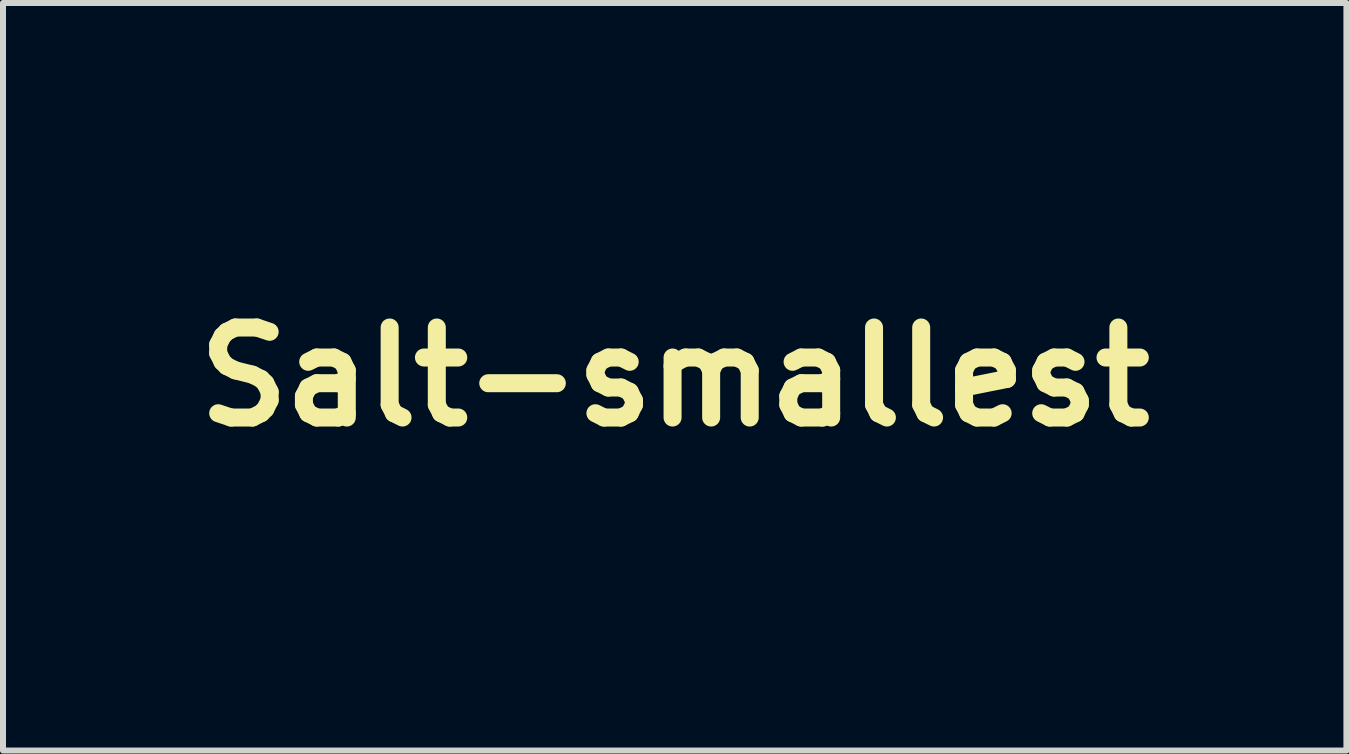
<source format=kicad_pcb>
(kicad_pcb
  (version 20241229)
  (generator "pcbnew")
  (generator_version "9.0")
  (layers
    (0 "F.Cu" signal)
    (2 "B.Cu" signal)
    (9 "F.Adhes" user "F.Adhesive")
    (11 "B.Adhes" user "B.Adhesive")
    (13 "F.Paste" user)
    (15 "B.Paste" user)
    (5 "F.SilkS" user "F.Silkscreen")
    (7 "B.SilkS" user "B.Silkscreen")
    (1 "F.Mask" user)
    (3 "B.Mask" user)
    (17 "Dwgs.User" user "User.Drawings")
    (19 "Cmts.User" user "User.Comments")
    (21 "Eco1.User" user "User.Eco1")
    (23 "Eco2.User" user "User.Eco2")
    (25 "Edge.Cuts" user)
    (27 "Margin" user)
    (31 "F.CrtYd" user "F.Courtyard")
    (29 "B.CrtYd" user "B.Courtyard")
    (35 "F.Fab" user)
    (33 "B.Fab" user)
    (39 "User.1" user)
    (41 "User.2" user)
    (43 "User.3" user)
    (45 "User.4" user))
  (footprint "Salt-smallest"
    (layer "F.Cu")
    (at 8.193 3.229)
    (property "Reference" "Salt-smallest" (at 0 0 0) (layer "F.SilkS") (effects (font (size 1.5 1.5) (thickness 0.3))))
    (attr board_only exclude_from_pos_files exclude_from_bom)
    (fp_poly (pts (xy -2.196 -2.94) (xy -2.168 -2.929) (xy -2.165 -2.928) (xy -2.14 -2.912) (xy -2.121 -2.891) (xy -2.109 -2.867) (xy -2.104 -2.839) (xy -2.104 -2.82) (xy -2.111 -2.79) (xy -2.123 -2.764) (xy -2.141 -2.743) (xy -2.163 -2.728) (xy -2.189 -2.718) (xy -2.217 -2.715) (xy -2.235 -2.717) (xy -2.262 -2.724) (xy -2.287 -2.736) (xy -2.309 -2.753) (xy -2.327 -2.773) (xy -2.339 -2.795) (xy -2.34 -2.798) (xy -2.346 -2.825) (xy -2.344 -2.851) (xy -2.335 -2.876) (xy -2.32 -2.898) (xy -2.3 -2.917) (xy -2.275 -2.931) (xy -2.253 -2.939) (xy -2.224 -2.943)) (stroke (width 0) (type solid)) (fill yes) (layer "F.Mask"))
    (fp_poly (pts (xy -1.311 -2.962) (xy -1.286 -2.953) (xy -1.263 -2.937) (xy -1.254 -2.929) (xy -1.235 -2.906) (xy -1.224 -2.881) (xy -1.219 -2.855) (xy -1.222 -2.829) (xy -1.232 -2.804) (xy -1.245 -2.786) (xy -1.264 -2.77) (xy -1.287 -2.758) (xy -1.315 -2.75) (xy -1.344 -2.748) (xy -1.374 -2.75) (xy -1.385 -2.753) (xy -1.413 -2.764) (xy -1.435 -2.779) (xy -1.451 -2.799) (xy -1.46 -2.823) (xy -1.462 -2.847) (xy -1.46 -2.874) (xy -1.452 -2.897) (xy -1.437 -2.919) (xy -1.428 -2.929) (xy -1.405 -2.947) (xy -1.381 -2.959) (xy -1.353 -2.964) (xy -1.341 -2.965)) (stroke (width 0) (type solid)) (fill yes) (layer "F.Mask"))
    (fp_poly (pts (xy 1.799 -3.035) (xy 1.825 -3.029) (xy 1.849 -3.017) (xy 1.869 -3.002) (xy 1.884 -2.983) (xy 1.894 -2.96) (xy 1.898 -2.936) (xy 1.898 -2.929) (xy 1.892 -2.903) (xy 1.88 -2.878) (xy 1.86 -2.854) (xy 1.856 -2.85) (xy 1.832 -2.83) (xy 1.809 -2.817) (xy 1.787 -2.811) (xy 1.764 -2.812) (xy 1.755 -2.814) (xy 1.73 -2.824) (xy 1.706 -2.84) (xy 1.685 -2.859) (xy 1.669 -2.88) (xy 1.661 -2.898) (xy 1.657 -2.912) (xy 1.657 -2.923) (xy 1.659 -2.935) (xy 1.669 -2.964) (xy 1.685 -2.989) (xy 1.704 -3.01) (xy 1.727 -3.025) (xy 1.743 -3.031) (xy 1.772 -3.036)) (stroke (width 0) (type solid)) (fill yes) (layer "F.Mask"))
    (fp_poly (pts (xy 0.964 1.963) (xy 0.993 1.973) (xy 1.017 1.989) (xy 1.038 2.011) (xy 1.05 2.033) (xy 1.057 2.047) (xy 1.061 2.059) (xy 1.063 2.072) (xy 1.063 2.089) (xy 1.063 2.107) (xy 1.061 2.12) (xy 1.057 2.132) (xy 1.05 2.146) (xy 1.033 2.173) (xy 1.012 2.193) (xy 0.988 2.207) (xy 0.961 2.214) (xy 0.931 2.213) (xy 0.906 2.207) (xy 0.883 2.198) (xy 0.863 2.186) (xy 0.845 2.17) (xy 0.84 2.165) (xy 0.823 2.142) (xy 0.813 2.116) (xy 0.81 2.088) (xy 0.815 2.058) (xy 0.824 2.033) (xy 0.84 2.006) (xy 0.857 1.985) (xy 0.878 1.971) (xy 0.902 1.963) (xy 0.931 1.96)) (stroke (width 0) (type solid)) (fill yes) (layer "F.Mask"))
    (fp_poly (pts (xy 2.248 -2.951) (xy 2.27 -2.945) (xy 2.29 -2.933) (xy 2.301 -2.923) (xy 2.317 -2.903) (xy 2.327 -2.881) (xy 2.332 -2.855) (xy 2.332 -2.844) (xy 2.33 -2.816) (xy 2.322 -2.793) (xy 2.309 -2.773) (xy 2.3 -2.763) (xy 2.278 -2.747) (xy 2.252 -2.736) (xy 2.224 -2.732) (xy 2.195 -2.735) (xy 2.177 -2.74) (xy 2.155 -2.752) (xy 2.135 -2.768) (xy 2.117 -2.787) (xy 2.103 -2.809) (xy 2.095 -2.83) (xy 2.092 -2.851) (xy 2.093 -2.856) (xy 2.099 -2.881) (xy 2.113 -2.904) (xy 2.134 -2.923) (xy 2.161 -2.94) (xy 2.164 -2.941) (xy 2.179 -2.948) (xy 2.191 -2.952) (xy 2.205 -2.953) (xy 2.221 -2.954)) (stroke (width 0) (type solid)) (fill yes) (layer "F.Mask"))
    (fp_poly (pts (xy 2.749 1.82) (xy 2.758 1.823) (xy 2.773 1.832) (xy 2.79 1.845) (xy 2.807 1.861) (xy 2.822 1.878) (xy 2.833 1.895) (xy 2.834 1.897) (xy 2.844 1.925) (xy 2.847 1.953) (xy 2.844 1.982) (xy 2.834 2.008) (xy 2.82 2.028) (xy 2.803 2.044) (xy 2.785 2.054) (xy 2.764 2.059) (xy 2.745 2.06) (xy 2.728 2.06) (xy 2.715 2.057) (xy 2.702 2.052) (xy 2.693 2.048) (xy 2.67 2.032) (xy 2.652 2.011) (xy 2.641 1.987) (xy 2.636 1.961) (xy 2.638 1.933) (xy 2.647 1.903) (xy 2.648 1.9) (xy 2.66 1.881) (xy 2.676 1.862) (xy 2.695 1.844) (xy 2.714 1.83) (xy 2.722 1.825) (xy 2.733 1.821) (xy 2.741 1.819)) (stroke (width 0) (type solid)) (fill yes) (layer "F.Mask"))
    (fp_poly (pts (xy -1.765 -3.046) (xy -1.751 -3.044) (xy -1.739 -3.041) (xy -1.726 -3.035) (xy -1.705 -3.023) (xy -1.686 -3.006) (xy -1.671 -2.988) (xy -1.665 -2.977) (xy -1.659 -2.954) (xy -1.66 -2.93) (xy -1.667 -2.907) (xy -1.68 -2.885) (xy -1.697 -2.866) (xy -1.717 -2.849) (xy -1.741 -2.837) (xy -1.767 -2.83) (xy -1.788 -2.829) (xy -1.803 -2.829) (xy -1.816 -2.831) (xy -1.824 -2.832) (xy -1.845 -2.842) (xy -1.865 -2.857) (xy -1.88 -2.876) (xy -1.884 -2.882) (xy -1.889 -2.893) (xy -1.892 -2.903) (xy -1.894 -2.914) (xy -1.894 -2.93) (xy -1.894 -2.938) (xy -1.893 -2.963) (xy -1.889 -2.983) (xy -1.882 -2.999) (xy -1.87 -3.012) (xy -1.865 -3.017) (xy -1.845 -3.031) (xy -1.825 -3.04) (xy -1.803 -3.045) (xy -1.783 -3.046)) (stroke (width 0) (type solid)) (fill yes) (layer "F.Mask"))
    (fp_poly (pts (xy 1.355 -2.924) (xy 1.383 -2.919) (xy 1.408 -2.908) (xy 1.429 -2.893) (xy 1.434 -2.888) (xy 1.45 -2.868) (xy 1.461 -2.845) (xy 1.466 -2.822) (xy 1.466 -2.818) (xy 1.463 -2.798) (xy 1.454 -2.776) (xy 1.44 -2.756) (xy 1.422 -2.737) (xy 1.403 -2.723) (xy 1.4 -2.722) (xy 1.389 -2.717) (xy 1.378 -2.714) (xy 1.364 -2.713) (xy 1.35 -2.713) (xy 1.334 -2.713) (xy 1.322 -2.714) (xy 1.315 -2.714) (xy 1.314 -2.714) (xy 1.308 -2.716) (xy 1.297 -2.718) (xy 1.287 -2.72) (xy 1.264 -2.729) (xy 1.245 -2.743) (xy 1.23 -2.762) (xy 1.22 -2.786) (xy 1.216 -2.813) (xy 1.216 -2.824) (xy 1.22 -2.848) (xy 1.227 -2.868) (xy 1.24 -2.888) (xy 1.245 -2.894) (xy 1.257 -2.906) (xy 1.269 -2.914) (xy 1.285 -2.919) (xy 1.305 -2.922) (xy 1.322 -2.924)) (stroke (width 0) (type solid)) (fill yes) (layer "F.Mask"))
    (fp_poly (pts (xy 2.098 1.164) (xy 2.108 1.17) (xy 2.116 1.177) (xy 2.127 1.188) (xy 2.132 1.196) (xy 2.134 1.205) (xy 2.134 1.206) (xy 2.133 1.213) (xy 2.13 1.219) (xy 2.124 1.227) (xy 2.113 1.238) (xy 2.105 1.245) (xy 2.066 1.276) (xy 2.021 1.302) (xy 1.972 1.323) (xy 1.918 1.338) (xy 1.86 1.348) (xy 1.84 1.35) (xy 1.82 1.352) (xy 1.805 1.353) (xy 1.793 1.354) (xy 1.781 1.353) (xy 1.766 1.352) (xy 1.747 1.35) (xy 1.741 1.35) (xy 1.685 1.341) (xy 1.629 1.325) (xy 1.576 1.304) (xy 1.526 1.276) (xy 1.498 1.257) (xy 1.481 1.243) (xy 1.471 1.228) (xy 1.467 1.212) (xy 1.466 1.205) (xy 1.468 1.192) (xy 1.474 1.178) (xy 1.481 1.168) (xy 1.488 1.163) (xy 1.498 1.162) (xy 1.514 1.167) (xy 1.536 1.177) (xy 1.553 1.187) (xy 1.587 1.206) (xy 1.616 1.222) (xy 1.642 1.234) (xy 1.665 1.243) (xy 1.689 1.25) (xy 1.713 1.256) (xy 1.737 1.26) (xy 1.786 1.265) (xy 1.836 1.263) (xy 1.886 1.256) (xy 1.933 1.244) (xy 1.966 1.231) (xy 1.981 1.223) (xy 2 1.212) (xy 2.018 1.201) (xy 2.024 1.196) (xy 2.048 1.18) (xy 2.067 1.169) (xy 2.081 1.163) (xy 2.091 1.161)) (stroke (width 0) (type solid)) (fill yes) (layer "F.Mask"))
    (fp_poly (pts (xy 2.522 0.447) (xy 2.57 0.458) (xy 2.615 0.476) (xy 2.658 0.499) (xy 2.696 0.529) (xy 2.731 0.563) (xy 2.76 0.603) (xy 2.784 0.646) (xy 2.802 0.693) (xy 2.806 0.709) (xy 2.812 0.742) (xy 2.815 0.78) (xy 2.814 0.818) (xy 2.81 0.855) (xy 2.806 0.877) (xy 2.79 0.927) (xy 2.767 0.972) (xy 2.739 1.014) (xy 2.705 1.051) (xy 2.667 1.082) (xy 2.623 1.107) (xy 2.576 1.126) (xy 2.575 1.127) (xy 2.555 1.132) (xy 2.529 1.135) (xy 2.501 1.137) (xy 2.473 1.137) (xy 2.447 1.136) (xy 2.426 1.133) (xy 2.425 1.133) (xy 2.374 1.117) (xy 2.327 1.095) (xy 2.285 1.067) (xy 2.247 1.033) (xy 2.215 0.995) (xy 2.192 0.959) (xy 2.354 0.959) (xy 2.36 0.97) (xy 2.372 0.985) (xy 2.376 0.988) (xy 2.394 1.005) (xy 2.411 1.017) (xy 2.429 1.024) (xy 2.449 1.028) (xy 2.474 1.029) (xy 2.489 1.029) (xy 2.512 1.027) (xy 2.53 1.025) (xy 2.546 1.021) (xy 2.555 1.018) (xy 2.592 1.001) (xy 2.624 0.98) (xy 2.651 0.955) (xy 2.671 0.928) (xy 2.672 0.926) (xy 2.679 0.911) (xy 2.683 0.896) (xy 2.683 0.88) (xy 2.683 0.866) (xy 2.682 0.858) (xy 2.678 0.852) (xy 2.674 0.848) (xy 2.661 0.842) (xy 2.644 0.841) (xy 2.623 0.844) (xy 2.601 0.851) (xy 2.587 0.858) (xy 2.559 0.87) (xy 2.531 0.878) (xy 2.5 0.884) (xy 2.469 0.887) (xy 2.443 0.89) (xy 2.423 0.893) (xy 2.407 0.897) (xy 2.394 0.904) (xy 2.383 0.913) (xy 2.374 0.921) (xy 2.361 0.935) (xy 2.354 0.947) (xy 2.354 0.959) (xy 2.192 0.959) (xy 2.188 0.952) (xy 2.167 0.905) (xy 2.154 0.859) (xy 2.15 0.83) (xy 2.148 0.797) (xy 2.149 0.762) (xy 2.152 0.73) (xy 2.157 0.708) (xy 2.172 0.66) (xy 2.193 0.615) (xy 2.221 0.573) (xy 2.253 0.536) (xy 2.291 0.504) (xy 2.332 0.479) (xy 2.34 0.475) (xy 2.37 0.461) (xy 2.397 0.452) (xy 2.423 0.447) (xy 2.451 0.444) (xy 2.472 0.444)) (stroke (width 0) (type solid)) (fill yes) (layer "F.Mask"))
    (fp_poly (pts (xy 1.133 0.443) (xy 1.178 0.455) (xy 1.225 0.474) (xy 1.235 0.479) (xy 1.279 0.506) (xy 1.317 0.538) (xy 1.351 0.576) (xy 1.378 0.618) (xy 1.399 0.666) (xy 1.401 0.672) (xy 1.406 0.686) (xy 1.409 0.697) (xy 1.412 0.708) (xy 1.413 0.72) (xy 1.414 0.735) (xy 1.414 0.755) (xy 1.414 0.77) (xy 1.414 0.803) (xy 1.412 0.83) (xy 1.408 0.854) (xy 1.403 0.877) (xy 1.394 0.901) (xy 1.389 0.916) (xy 1.366 0.961) (xy 1.338 1.001) (xy 1.305 1.037) (xy 1.266 1.068) (xy 1.224 1.093) (xy 1.179 1.112) (xy 1.131 1.124) (xy 1.091 1.128) (xy 1.071 1.129) (xy 1.051 1.128) (xy 1.033 1.127) (xy 1.03 1.126) (xy 1.002 1.12) (xy 0.971 1.111) (xy 0.941 1.099) (xy 0.918 1.087) (xy 0.884 1.064) (xy 0.85 1.036) (xy 0.82 1.004) (xy 0.795 0.971) (xy 0.785 0.955) (xy 0.766 0.915) (xy 0.753 0.871) (xy 0.752 0.864) (xy 0.872 0.864) (xy 0.872 0.882) (xy 0.876 0.899) (xy 0.877 0.903) (xy 0.891 0.926) (xy 0.91 0.949) (xy 0.935 0.97) (xy 0.964 0.989) (xy 0.996 1.005) (xy 1.03 1.016) (xy 1.03 1.016) (xy 1.053 1.021) (xy 1.078 1.022) (xy 1.103 1.02) (xy 1.125 1.016) (xy 1.14 1.011) (xy 1.157 1.001) (xy 1.173 0.988) (xy 1.187 0.974) (xy 1.197 0.96) (xy 1.202 0.948) (xy 1.202 0.932) (xy 1.194 0.917) (xy 1.181 0.905) (xy 1.162 0.896) (xy 1.137 0.89) (xy 1.108 0.887) (xy 1.106 0.887) (xy 1.08 0.885) (xy 1.049 0.878) (xy 1.015 0.867) (xy 0.98 0.852) (xy 0.976 0.85) (xy 0.947 0.838) (xy 0.924 0.83) (xy 0.909 0.827) (xy 0.897 0.826) (xy 0.89 0.827) (xy 0.884 0.831) (xy 0.88 0.835) (xy 0.875 0.847) (xy 0.872 0.864) (xy 0.752 0.864) (xy 0.745 0.825) (xy 0.742 0.779) (xy 0.745 0.749) (xy 0.754 0.697) (xy 0.77 0.65) (xy 0.792 0.606) (xy 0.821 0.565) (xy 0.855 0.528) (xy 0.894 0.496) (xy 0.936 0.471) (xy 0.981 0.453) (xy 1.029 0.441) (xy 1.041 0.44) (xy 1.087 0.438)) (stroke (width 0) (type solid)) (fill yes) (layer "F.Mask"))
    (fp_poly (pts (xy -1.971 -0.443) (xy -1.882 -0.443) (xy -1.787 -0.442) (xy -1.702 -0.44) (xy -1.616 -0.439) (xy -1.537 -0.437) (xy -1.466 -0.436) (xy -1.401 -0.434) (xy -1.342 -0.433) (xy -1.288 -0.431) (xy -1.24 -0.429) (xy -1.196 -0.427) (xy -1.157 -0.425) (xy -1.122 -0.423) (xy -1.09 -0.421) (xy -1.061 -0.419) (xy -1.035 -0.416) (xy -1.011 -0.413) (xy -0.992 -0.411) (xy -0.941 -0.403) (xy -0.89 -0.394) (xy -0.841 -0.384) (xy -0.793 -0.374) (xy -0.748 -0.363) (xy -0.706 -0.352) (xy -0.67 -0.341) (xy -0.639 -0.331) (xy -0.614 -0.32) (xy -0.609 -0.318) (xy -0.595 -0.309) (xy -0.581 -0.297) (xy -0.569 -0.284) (xy -0.562 -0.271) (xy -0.561 -0.268) (xy -0.561 -0.251) (xy -0.568 -0.235) (xy -0.582 -0.219) (xy -0.604 -0.204) (xy -0.632 -0.189) (xy -0.668 -0.176) (xy -0.71 -0.164) (xy -0.759 -0.152) (xy -0.766 -0.151) (xy -0.812 -0.142) (xy -0.861 -0.134) (xy -0.914 -0.126) (xy -0.97 -0.119) (xy -1.03 -0.113) (xy -1.095 -0.107) (xy -1.166 -0.101) (xy -1.243 -0.096) (xy -1.327 -0.091) (xy -1.366 -0.088) (xy -1.385 -0.088) (xy -1.412 -0.087) (xy -1.444 -0.086) (xy -1.482 -0.085) (xy -1.524 -0.085) (xy -1.569 -0.084) (xy -1.618 -0.084) (xy -1.668 -0.083) (xy -1.72 -0.083) (xy -1.772 -0.083) (xy -1.824 -0.083) (xy -1.874 -0.083) (xy -1.923 -0.083) (xy -1.968 -0.083) (xy -2.01 -0.083) (xy -2.047 -0.084) (xy -2.079 -0.084) (xy -2.105 -0.085) (xy -2.111 -0.085) (xy -2.222 -0.089) (xy -2.326 -0.094) (xy -2.423 -0.1) (xy -2.512 -0.106) (xy -2.594 -0.114) (xy -2.669 -0.122) (xy -2.737 -0.131) (xy -2.798 -0.14) (xy -2.853 -0.151) (xy -2.901 -0.162) (xy -2.941 -0.174) (xy -2.977 -0.187) (xy -3.006 -0.2) (xy -3.027 -0.214) (xy -3.042 -0.228) (xy -3.05 -0.242) (xy -3.052 -0.256) (xy -3.05 -0.272) (xy -3.042 -0.287) (xy -3.028 -0.3) (xy -3.008 -0.314) (xy -2.984 -0.326) (xy -2.954 -0.339) (xy -2.917 -0.351) (xy -2.874 -0.363) (xy -2.823 -0.374) (xy -2.766 -0.385) (xy -2.702 -0.395) (xy -2.631 -0.406) (xy -2.553 -0.415) (xy -2.467 -0.425) (xy -2.394 -0.432) (xy -2.356 -0.436) (xy -2.31 -0.438) (xy -2.257 -0.44) (xy -2.196 -0.442) (xy -2.128 -0.443) (xy -2.053 -0.443)) (stroke (width 0) (type solid)) (fill yes) (layer "F.Mask"))
    (fp_poly (pts (xy -0.536 -0.134) (xy -0.53 -0.129) (xy -0.527 -0.122) (xy -0.522 -0.108) (xy -0.517 -0.086) (xy -0.512 -0.058) (xy -0.507 -0.024) (xy -0.502 0.016) (xy -0.496 0.06) (xy -0.491 0.11) (xy -0.485 0.163) (xy -0.48 0.219) (xy -0.475 0.278) (xy -0.47 0.34) (xy -0.466 0.403) (xy -0.461 0.467) (xy -0.457 0.532) (xy -0.454 0.597) (xy -0.452 0.642) (xy -0.45 0.689) (xy -0.447 0.742) (xy -0.445 0.802) (xy -0.443 0.868) (xy -0.441 0.941) (xy -0.439 1.021) (xy -0.437 1.107) (xy -0.434 1.201) (xy -0.432 1.301) (xy -0.43 1.408) (xy -0.427 1.523) (xy -0.425 1.645) (xy -0.423 1.774) (xy -0.42 1.911) (xy -0.417 2.055) (xy -0.415 2.192) (xy -0.41 2.475) (xy -0.436 2.513) (xy -0.448 2.531) (xy -0.462 2.55) (xy -0.474 2.566) (xy -0.482 2.575) (xy -0.52 2.614) (xy -0.565 2.651) (xy -0.618 2.686) (xy -0.678 2.719) (xy -0.745 2.75) (xy -0.818 2.779) (xy -0.898 2.806) (xy -0.985 2.83) (xy -1.078 2.853) (xy -1.098 2.857) (xy -1.137 2.865) (xy -1.177 2.872) (xy -1.217 2.878) (xy -1.259 2.883) (xy -1.303 2.888) (xy -1.35 2.893) (xy -1.401 2.896) (xy -1.455 2.9) (xy -1.515 2.903) (xy -1.58 2.905) (xy -1.652 2.907) (xy -1.725 2.909) (xy -1.766 2.91) (xy -1.8 2.911) (xy -1.829 2.912) (xy -1.854 2.912) (xy -1.877 2.912) (xy -1.898 2.912) (xy -1.919 2.912) (xy -1.941 2.912) (xy -1.965 2.911) (xy -1.993 2.911) (xy -2.025 2.91) (xy -2.047 2.909) (xy -2.092 2.908) (xy -2.132 2.906) (xy -2.168 2.904) (xy -2.203 2.901) (xy -2.238 2.897) (xy -2.276 2.892) (xy -2.296 2.89) (xy -2.408 2.872) (xy -2.513 2.853) (xy -2.611 2.83) (xy -2.702 2.805) (xy -2.785 2.777) (xy -2.862 2.747) (xy -2.931 2.714) (xy -2.993 2.679) (xy -3.008 2.67) (xy -3.048 2.639) (xy -3.088 2.604) (xy -3.125 2.564) (xy -3.156 2.523) (xy -3.159 2.519) (xy -3.187 2.477) (xy -3.18 2.083) (xy -2.746 2.083) (xy -2.746 2.112) (xy -2.74 2.137) (xy -2.729 2.158) (xy -2.711 2.177) (xy -2.685 2.194) (xy -2.673 2.201) (xy -2.648 2.212) (xy -2.626 2.218) (xy -2.608 2.219) (xy -2.59 2.214) (xy -2.573 2.205) (xy -2.573 2.204) (xy -2.552 2.188) (xy -2.534 2.168) (xy -2.517 2.146) (xy -2.504 2.124) (xy -2.496 2.103) (xy -2.493 2.084) (xy -2.493 2.084) (xy -2.496 2.062) (xy -2.506 2.04) (xy -2.52 2.018) (xy -2.539 1.999) (xy -2.561 1.983) (xy -2.573 1.976) (xy -2.6 1.968) (xy -2.628 1.966) (xy -2.655 1.97) (xy -2.681 1.981) (xy -2.703 1.997) (xy -2.722 2.017) (xy -2.736 2.042) (xy -2.744 2.07) (xy -2.746 2.083) (xy -3.18 2.083) (xy -3.18 2.027) (xy -3.178 1.945) (xy -0.914 1.945) (xy -0.913 1.965) (xy -0.908 1.986) (xy -0.902 2.006) (xy -0.895 2.019) (xy -0.879 2.036) (xy -0.858 2.049) (xy -0.834 2.057) (xy -0.809 2.06) (xy -0.784 2.057) (xy -0.761 2.048) (xy -0.757 2.046) (xy -0.737 2.03) (xy -0.722 2.008) (xy -0.712 1.984) (xy -0.707 1.957) (xy -0.708 1.937) (xy -0.714 1.914) (xy -0.725 1.89) (xy -0.739 1.869) (xy -0.756 1.85) (xy -0.775 1.836) (xy -0.794 1.827) (xy -0.81 1.824) (xy -0.825 1.826) (xy -0.84 1.833) (xy -0.858 1.844) (xy -0.87 1.853) (xy -0.891 1.872) (xy -0.904 1.894) (xy -0.912 1.918) (xy -0.914 1.945) (xy -3.178 1.945) (xy -3.177 1.871) (xy -3.174 1.722) (xy -3.171 1.581) (xy -3.168 1.447) (xy -3.165 1.32) (xy -3.163 1.211) (xy -2.096 1.211) (xy -2.09 1.225) (xy -2.077 1.24) (xy -2.057 1.257) (xy -2.03 1.275) (xy -1.999 1.293) (xy -1.963 1.311) (xy -1.926 1.325) (xy -1.891 1.335) (xy -1.875 1.338) (xy -1.865 1.339) (xy -1.847 1.34) (xy -1.825 1.341) (xy -1.8 1.341) (xy -1.771 1.341) (xy -1.746 1.341) (xy -1.715 1.341) (xy -1.69 1.341) (xy -1.671 1.34) (xy -1.656 1.339) (xy -1.644 1.338) (xy -1.635 1.337) (xy -1.626 1.335) (xy -1.618 1.332) (xy -1.61 1.33) (xy -1.585 1.32) (xy -1.557 1.308) (xy -1.528 1.293) (xy -1.5 1.278) (xy -1.477 1.263) (xy -1.472 1.26) (xy -1.453 1.243) (xy -1.439 1.225) (xy -1.432 1.207) (xy -1.431 1.199) (xy -1.435 1.187) (xy -1.443 1.176) (xy -1.453 1.17) (xy -1.459 1.169) (xy -1.473 1.171) (xy -1.492 1.178) (xy -1.512 1.187) (xy -1.533 1.199) (xy -1.535 1.2) (xy -1.572 1.222) (xy -1.604 1.236) (xy -1.63 1.244) (xy -1.647 1.247) (xy -1.669 1.25) (xy -1.697 1.253) (xy -1.726 1.255) (xy -1.757 1.257) (xy -1.786 1.258) (xy -1.804 1.258) (xy -1.826 1.257) (xy -1.845 1.256) (xy -1.863 1.254) (xy -1.88 1.25) (xy -1.898 1.244) (xy -1.918 1.236) (xy -1.941 1.225) (xy -1.968 1.211) (xy -2 1.193) (xy -2.004 1.191) (xy -2.022 1.181) (xy -2.039 1.173) (xy -2.052 1.168) (xy -2.06 1.165) (xy -2.061 1.165) (xy -2.071 1.169) (xy -2.081 1.177) (xy -2.091 1.189) (xy -2.096 1.199) (xy -2.096 1.211) (xy -3.163 1.211) (xy -3.162 1.199) (xy -3.159 1.085) (xy -3.156 0.978) (xy -3.155 0.943) (xy -2.73 0.943) (xy -2.728 0.952) (xy -2.722 0.967) (xy -2.713 0.974) (xy -2.701 0.975) (xy -2.691 0.972) (xy -2.683 0.968) (xy -2.672 0.96) (xy -2.658 0.95) (xy -2.651 0.945) (xy -2.616 0.92) (xy -2.575 0.899) (xy -2.531 0.882) (xy -2.514 0.877) (xy -2.498 0.873) (xy -2.484 0.87) (xy -2.47 0.868) (xy -2.454 0.867) (xy -2.434 0.867) (xy -2.413 0.867) (xy -2.389 0.867) (xy -2.371 0.867) (xy -2.356 0.869) (xy -2.344 0.87) (xy -2.331 0.873) (xy -2.317 0.877) (xy -2.317 0.877) (xy -2.297 0.884) (xy -2.276 0.893) (xy -2.258 0.902) (xy -2.255 0.904) (xy -2.231 0.918) (xy -2.211 0.928) (xy -2.196 0.935) (xy -2.184 0.939) (xy -2.173 0.941) (xy -2.168 0.941) (xy -2.155 0.941) (xy -2.148 0.937) (xy -2.144 0.933) (xy -2.138 0.919) (xy -2.139 0.912) (xy -1.38 0.912) (xy -1.379 0.918) (xy -1.373 0.932) (xy -1.361 0.941) (xy -1.345 0.943) (xy -1.338 0.942) (xy -1.33 0.94) (xy -1.321 0.937) (xy -1.309 0.932) (xy -1.294 0.923) (xy -1.274 0.912) (xy -1.267 0.908) (xy -1.247 0.898) (xy -1.221 0.888) (xy -1.192 0.879) (xy -1.163 0.871) (xy -1.136 0.865) (xy -1.13 0.864) (xy -1.117 0.862) (xy -1.107 0.861) (xy -1.096 0.861) (xy -1.085 0.862) (xy -1.07 0.864) (xy -1.05 0.868) (xy -1.03 0.871) (xy -0.994 0.878) (xy -0.964 0.887) (xy -0.938 0.896) (xy -0.915 0.908) (xy -0.893 0.922) (xy -0.874 0.938) (xy -0.855 0.953) (xy -0.837 0.965) (xy -0.823 0.973) (xy -0.812 0.976) (xy -0.811 0.976) (xy -0.805 0.974) (xy -0.797 0.967) (xy -0.788 0.959) (xy -0.778 0.946) (xy -0.772 0.936) (xy -0.772 0.932) (xy -0.775 0.922) (xy -0.784 0.91) (xy -0.798 0.895) (xy -0.815 0.879) (xy -0.836 0.862) (xy -0.858 0.846) (xy -0.881 0.831) (xy -0.905 0.818) (xy -0.913 0.814) (xy -0.955 0.798) (xy -1.001 0.786) (xy -1.05 0.779) (xy -1.1 0.778) (xy -1.15 0.781) (xy -1.196 0.79) (xy -1.2 0.791) (xy -1.227 0.8) (xy -1.254 0.811) (xy -1.281 0.825) (xy -1.306 0.839) (xy -1.329 0.855) (xy -1.348 0.87) (xy -1.364 0.886) (xy -1.375 0.9) (xy -1.38 0.912) (xy -2.139 0.912) (xy -2.141 0.904) (xy -2.15 0.887) (xy -2.168 0.869) (xy -2.192 0.849) (xy -2.224 0.827) (xy -2.23 0.824) (xy -2.256 0.809) (xy -2.282 0.798) (xy -2.31 0.79) (xy -2.34 0.784) (xy -2.374 0.781) (xy -2.413 0.78) (xy -2.442 0.78) (xy -2.473 0.781) (xy -2.498 0.783) (xy -2.519 0.785) (xy -2.537 0.789) (xy -2.554 0.794) (xy -2.573 0.802) (xy -2.594 0.811) (xy -2.595 0.812) (xy -2.629 0.83) (xy -2.66 0.849) (xy -2.686 0.869) (xy -2.707 0.89) (xy -2.721 0.909) (xy -2.726 0.919) (xy -2.73 0.932) (xy -2.73 0.943) (xy -3.155 0.943) (xy -3.153 0.876) (xy -3.15 0.781) (xy -3.146 0.691) (xy -3.143 0.606) (xy -3.139 0.527) (xy -3.135 0.453) (xy -3.131 0.384) (xy -3.127 0.32) (xy -3.123 0.26) (xy -3.119 0.204) (xy -3.114 0.153) (xy -3.109 0.105) (xy -3.104 0.061) (xy -3.099 0.021) (xy -3.094 -0.016) (xy -3.088 -0.05) (xy -3.082 -0.081) (xy -3.078 -0.103) (xy -3.075 -0.119) (xy -3.071 -0.129) (xy -3.065 -0.133) (xy -3.057 -0.133) (xy -3.044 -0.13) (xy -3.026 -0.123) (xy -3.015 -0.119) (xy -2.965 -0.102) (xy -2.916 -0.088) (xy -2.868 -0.075) (xy -2.82 -0.064) (xy -2.77 -0.054) (xy -2.717 -0.046) (xy -2.66 -0.039) (xy -2.598 -0.033) (xy -2.529 -0.027) (xy -2.504 -0.025) (xy -2.466 -0.023) (xy -2.428 -0.021) (xy -2.39 -0.019) (xy -2.351 -0.017) (xy -2.31 -0.015) (xy -2.267 -0.014) (xy -2.221 -0.013) (xy -2.172 -0.012) (xy -2.118 -0.011) (xy -2.06 -0.011) (xy -1.997 -0.01) (xy -1.927 -0.01) (xy -1.851 -0.01) (xy -1.785 -0.01) (xy -1.7 -0.01) (xy -1.623 -0.01) (xy -1.552 -0.011) (xy -1.488 -0.011) (xy -1.428 -0.012) (xy -1.374 -0.013) (xy -1.324 -0.014) (xy -1.278 -0.015) (xy -1.234 -0.017) (xy -1.194 -0.019) (xy -1.155 -0.021) (xy -1.118 -0.023) (xy -1.082 -0.026) (xy -1.046 -0.029) (xy -1.01 -0.032) (xy -1.005 -0.033) (xy -0.938 -0.041) (xy -0.873 -0.05) (xy -0.811 -0.061) (xy -0.752 -0.073) (xy -0.698 -0.086) (xy -0.649 -0.1) (xy -0.606 -0.114) (xy -0.588 -0.122) (xy -0.572 -0.128) (xy -0.558 -0.133) (xy -0.547 -0.135) (xy -0.545 -0.135)) (stroke (width 0) (type solid)) (fill yes) (layer "F.Mask"))
    (fp_poly (pts (xy 1.73 -0.52) (xy 1.807 -0.52) (xy 1.884 -0.519) (xy 1.962 -0.518) (xy 2.038 -0.516) (xy 2.112 -0.514) (xy 2.183 -0.512) (xy 2.25 -0.51) (xy 2.312 -0.508) (xy 2.368 -0.505) (xy 2.418 -0.502) (xy 2.425 -0.501) (xy 2.49 -0.496) (xy 2.556 -0.489) (xy 2.622 -0.48) (xy 2.685 -0.47) (xy 2.745 -0.459) (xy 2.799 -0.448) (xy 2.813 -0.444) (xy 2.869 -0.429) (xy 2.917 -0.413) (xy 2.958 -0.395) (xy 2.994 -0.377) (xy 3.023 -0.356) (xy 3.037 -0.344) (xy 3.051 -0.331) (xy 3.06 -0.32) (xy 3.066 -0.309) (xy 3.071 -0.296) (xy 3.071 -0.296) (xy 3.078 -0.274) (xy 3.084 -0.245) (xy 3.092 -0.209) (xy 3.099 -0.168) (xy 3.107 -0.123) (xy 3.114 -0.073) (xy 3.122 -0.02) (xy 3.13 0.036) (xy 3.137 0.094) (xy 3.144 0.153) (xy 3.15 0.212) (xy 3.156 0.272) (xy 3.162 0.33) (xy 3.166 0.378) (xy 3.169 0.425) (xy 3.172 0.479) (xy 3.175 0.54) (xy 3.179 0.607) (xy 3.182 0.681) (xy 3.185 0.76) (xy 3.188 0.844) (xy 3.191 0.933) (xy 3.194 1.027) (xy 3.197 1.125) (xy 3.2 1.226) (xy 3.202 1.33) (xy 3.205 1.438) (xy 3.207 1.547) (xy 3.209 1.659) (xy 3.211 1.772) (xy 3.213 1.887) (xy 3.215 1.987) (xy 3.215 2.06) (xy 3.216 2.126) (xy 3.217 2.185) (xy 3.217 2.238) (xy 3.217 2.284) (xy 3.217 2.325) (xy 3.217 2.361) (xy 3.216 2.392) (xy 3.215 2.419) (xy 3.214 2.441) (xy 3.212 2.461) (xy 3.21 2.477) (xy 3.208 2.49) (xy 3.206 2.501) (xy 3.203 2.51) (xy 3.201 2.515) (xy 3.185 2.547) (xy 3.163 2.58) (xy 3.135 2.615) (xy 3.101 2.65) (xy 3.064 2.684) (xy 3.024 2.717) (xy 2.98 2.747) (xy 2.975 2.751) (xy 2.936 2.774) (xy 2.895 2.796) (xy 2.852 2.816) (xy 2.804 2.836) (xy 2.751 2.854) (xy 2.691 2.873) (xy 2.689 2.874) (xy 2.62 2.894) (xy 2.551 2.911) (xy 2.481 2.927) (xy 2.41 2.94) (xy 2.337 2.951) (xy 2.26 2.961) (xy 2.18 2.969) (xy 2.095 2.975) (xy 2.005 2.979) (xy 1.908 2.982) (xy 1.825 2.984) (xy 1.793 2.984) (xy 1.76 2.984) (xy 1.728 2.984) (xy 1.698 2.984) (xy 1.673 2.984) (xy 1.655 2.984) (xy 1.596 2.982) (xy 1.534 2.98) (xy 1.47 2.976) (xy 1.405 2.972) (xy 1.343 2.967) (xy 1.284 2.962) (xy 1.23 2.956) (xy 1.212 2.953) (xy 1.106 2.938) (xy 1.006 2.92) (xy 0.912 2.898) (xy 0.824 2.874) (xy 0.742 2.847) (xy 0.667 2.816) (xy 0.598 2.784) (xy 0.536 2.748) (xy 0.48 2.71) (xy 0.432 2.67) (xy 0.39 2.626) (xy 0.366 2.595) (xy 0.357 2.582) (xy 0.347 2.564) (xy 0.335 2.543) (xy 0.323 2.521) (xy 0.316 2.507) (xy 0.285 2.446) (xy 0.289 2.299) (xy 0.378 2.299) (xy 0.378 2.34) (xy 0.378 2.375) (xy 0.379 2.404) (xy 0.379 2.427) (xy 0.38 2.446) (xy 0.382 2.462) (xy 0.384 2.475) (xy 0.388 2.486) (xy 0.392 2.495) (xy 0.397 2.505) (xy 0.403 2.515) (xy 0.41 2.526) (xy 0.439 2.565) (xy 0.476 2.603) (xy 0.518 2.64) (xy 0.567 2.674) (xy 0.62 2.706) (xy 0.678 2.736) (xy 0.74 2.762) (xy 0.758 2.768) (xy 0.857 2.801) (xy 0.962 2.829) (xy 1.073 2.853) (xy 1.189 2.873) (xy 1.311 2.889) (xy 1.438 2.901) (xy 1.57 2.909) (xy 1.574 2.909) (xy 1.604 2.91) (xy 1.641 2.911) (xy 1.682 2.911) (xy 1.727 2.911) (xy 1.773 2.911) (xy 1.82 2.91) (xy 1.866 2.91) (xy 1.91 2.909) (xy 1.949 2.907) (xy 1.983 2.906) (xy 1.995 2.905) (xy 2.123 2.896) (xy 2.244 2.884) (xy 2.358 2.868) (xy 2.465 2.849) (xy 2.565 2.827) (xy 2.659 2.802) (xy 2.745 2.773) (xy 2.824 2.742) (xy 2.859 2.725) (xy 2.917 2.695) (xy 2.967 2.664) (xy 3.012 2.63) (xy 3.052 2.593) (xy 3.087 2.553) (xy 3.111 2.521) (xy 3.141 2.478) (xy 3.141 2.378) (xy 3.141 2.336) (xy 3.14 2.286) (xy 3.14 2.23) (xy 3.139 2.168) (xy 3.138 2.1) (xy 3.137 2.028) (xy 3.135 1.952) (xy 3.134 1.872) (xy 3.132 1.789) (xy 3.131 1.704) (xy 3.129 1.617) (xy 3.127 1.529) (xy 3.125 1.441) (xy 3.123 1.352) (xy 3.121 1.265) (xy 3.118 1.178) (xy 3.116 1.094) (xy 3.114 1.011) (xy 3.112 0.932) (xy 3.11 0.857) (xy 3.107 0.786) (xy 3.105 0.719) (xy 3.103 0.658) (xy 3.101 0.603) (xy 3.099 0.555) (xy 3.098 0.529) (xy 3.096 0.493) (xy 3.094 0.454) (xy 3.091 0.412) (xy 3.087 0.367) (xy 3.083 0.32) (xy 3.078 0.273) (xy 3.074 0.225) (xy 3.069 0.177) (xy 3.063 0.131) (xy 3.058 0.086) (xy 3.053 0.044) (xy 3.048 0.005) (xy 3.043 -0.03) (xy 3.038 -0.061) (xy 3.034 -0.087) (xy 3.03 -0.106) (xy 3.027 -0.119) (xy 3.025 -0.123) (xy 3.021 -0.129) (xy 3.014 -0.131) (xy 3.004 -0.129) (xy 2.989 -0.123) (xy 2.981 -0.12) (xy 2.95 -0.107) (xy 2.913 -0.095) (xy 2.87 -0.082) (xy 2.823 -0.071) (xy 2.773 -0.059) (xy 2.722 -0.049) (xy 2.67 -0.04) (xy 2.619 -0.033) (xy 2.592 -0.029) (xy 2.562 -0.026) (xy 2.525 -0.024) (xy 2.481 -0.021) (xy 2.43 -0.018) (xy 2.371 -0.015) (xy 2.305 -0.013) (xy 2.232 -0.01) (xy 2.151 -0.007) (xy 2.062 -0.005) (xy 2.017 -0.003) (xy 1.981 -0.003) (xy 1.939 -0.002) (xy 1.893 -0.002) (xy 1.843 -0.001) (xy 1.791 -0.001) (xy 1.736 -0.001) (xy 1.679 -0.001) (xy 1.622 -0.001) (xy 1.565 -0.001) (xy 1.51 -0.002) (xy 1.456 -0.002) (xy 1.404 -0.003) (xy 1.356 -0.003) (xy 1.312 -0.004) (xy 1.274 -0.005) (xy 1.241 -0.006) (xy 1.214 -0.007) (xy 1.206 -0.007) (xy 1.117 -0.013) (xy 1.035 -0.019) (xy 0.959 -0.026) (xy 0.89 -0.034) (xy 0.827 -0.042) (xy 0.768 -0.052) (xy 0.715 -0.062) (xy 0.665 -0.074) (xy 0.62 -0.087) (xy 0.577 -0.101) (xy 0.537 -0.116) (xy 0.531 -0.119) (xy 0.515 -0.125) (xy 0.501 -0.131) (xy 0.492 -0.134) (xy 0.488 -0.135) (xy 0.488 -0.131) (xy 0.486 -0.12) (xy 0.484 -0.103) (xy 0.481 -0.082) (xy 0.477 -0.056) (xy 0.473 -0.027) (xy 0.469 0.004) (xy 0.465 0.036) (xy 0.46 0.069) (xy 0.456 0.102) (xy 0.452 0.133) (xy 0.448 0.162) (xy 0.445 0.187) (xy 0.442 0.209) (xy 0.442 0.212) (xy 0.439 0.235) (xy 0.437 0.262) (xy 0.434 0.29) (xy 0.432 0.317) (xy 0.432 0.32) (xy 0.43 0.352) (xy 0.428 0.392) (xy 0.426 0.438) (xy 0.424 0.49) (xy 0.422 0.548) (xy 0.419 0.611) (xy 0.417 0.679) (xy 0.414 0.751) (xy 0.412 0.827) (xy 0.409 0.905) (xy 0.407 0.987) (xy 0.404 1.07) (xy 0.402 1.155) (xy 0.399 1.241) (xy 0.397 1.328) (xy 0.395 1.414) (xy 0.392 1.501) (xy 0.39 1.586) (xy 0.388 1.669) (xy 0.387 1.751) (xy 0.385 1.83) (xy 0.383 1.907) (xy 0.382 1.979) (xy 0.381 2.048) (xy 0.38 2.112) (xy 0.379 2.171) (xy 0.378 2.225) (xy 0.378 2.272) (xy 0.378 2.299) (xy 0.289 2.299) (xy 0.303 1.801) (xy 0.306 1.696) (xy 0.308 1.599) (xy 0.311 1.508) (xy 0.313 1.425) (xy 0.315 1.347) (xy 0.317 1.275) (xy 0.319 1.208) (xy 0.321 1.147) (xy 0.323 1.089) (xy 0.325 1.036) (xy 0.326 0.987) (xy 0.328 0.94) (xy 0.329 0.897) (xy 0.331 0.856) (xy 0.332 0.817) (xy 0.333 0.78) (xy 0.335 0.745) (xy 0.336 0.71) (xy 0.338 0.679) (xy 0.342 0.583) (xy 0.347 0.494) (xy 0.351 0.412) (xy 0.356 0.335) (xy 0.361 0.265) (xy 0.366 0.2) (xy 0.372 0.139) (xy 0.378 0.082) (xy 0.384 0.029) (xy 0.391 -0.022) (xy 0.398 -0.069) (xy 0.4 -0.077) (xy 0.404 -0.106) (xy 0.408 -0.137) (xy 0.412 -0.168) (xy 0.415 -0.195) (xy 0.417 -0.218) (xy 0.419 -0.246) (xy 0.42 -0.254) (xy 0.495 -0.254) (xy 0.499 -0.249) (xy 0.508 -0.241) (xy 0.52 -0.23) (xy 0.535 -0.219) (xy 0.549 -0.208) (xy 0.563 -0.198) (xy 0.574 -0.192) (xy 0.575 -0.191) (xy 0.602 -0.179) (xy 0.633 -0.167) (xy 0.67 -0.156) (xy 0.712 -0.146) (xy 0.759 -0.137) (xy 0.811 -0.129) (xy 0.869 -0.121) (xy 0.934 -0.114) (xy 1.004 -0.107) (xy 1.082 -0.102) (xy 1.166 -0.097) (xy 1.256 -0.092) (xy 1.355 -0.088) (xy 1.46 -0.085) (xy 1.468 -0.085) (xy 1.499 -0.084) (xy 1.535 -0.084) (xy 1.577 -0.083) (xy 1.624 -0.083) (xy 1.673 -0.083) (xy 1.726 -0.083) (xy 1.78 -0.083) (xy 1.834 -0.083) (xy 1.889 -0.084) (xy 1.942 -0.084) (xy 1.993 -0.085) (xy 2.042 -0.085) (xy 2.086 -0.086) (xy 2.125 -0.087) (xy 2.159 -0.088) (xy 2.186 -0.089) (xy 2.188 -0.089) (xy 2.284 -0.093) (xy 2.372 -0.099) (xy 2.454 -0.104) (xy 2.529 -0.111) (xy 2.598 -0.118) (xy 2.66 -0.126) (xy 2.717 -0.134) (xy 2.769 -0.143) (xy 2.816 -0.153) (xy 2.858 -0.164) (xy 2.896 -0.176) (xy 2.903 -0.179) (xy 2.931 -0.19) (xy 2.952 -0.2) (xy 2.969 -0.21) (xy 2.982 -0.222) (xy 2.986 -0.226) (xy 2.995 -0.24) (xy 2.997 -0.255) (xy 2.992 -0.269) (xy 2.991 -0.272) (xy 2.977 -0.286) (xy 2.957 -0.3) (xy 2.93 -0.314) (xy 2.897 -0.327) (xy 2.858 -0.341) (xy 2.813 -0.353) (xy 2.764 -0.366) (xy 2.711 -0.377) (xy 2.654 -0.387) (xy 2.594 -0.397) (xy 2.53 -0.405) (xy 2.465 -0.413) (xy 2.398 -0.419) (xy 2.329 -0.423) (xy 2.311 -0.424) (xy 2.255 -0.427) (xy 2.203 -0.429) (xy 2.154 -0.431) (xy 2.106 -0.433) (xy 2.059 -0.434) (xy 2.012 -0.435) (xy 1.963 -0.436) (xy 1.911 -0.437) (xy 1.854 -0.437) (xy 1.793 -0.438) (xy 1.726 -0.438) (xy 1.703 -0.438) (xy 1.627 -0.438) (xy 1.558 -0.437) (xy 1.495 -0.437) (xy 1.437 -0.436) (xy 1.384 -0.435) (xy 1.334 -0.433) (xy 1.286 -0.432) (xy 1.241 -0.429) (xy 1.196 -0.427) (xy 1.152 -0.424) (xy 1.107 -0.42) (xy 1.06 -0.416) (xy 1.026 -0.413) (xy 0.952 -0.405) (xy 0.882 -0.395) (xy 0.817 -0.385) (xy 0.758 -0.374) (xy 0.705 -0.362) (xy 0.658 -0.349) (xy 0.618 -0.335) (xy 0.584 -0.321) (xy 0.571 -0.314) (xy 0.561 -0.307) (xy 0.548 -0.299) (xy 0.535 -0.288) (xy 0.521 -0.278) (xy 0.509 -0.268) (xy 0.5 -0.26) (xy 0.495 -0.255) (xy 0.495 -0.254) (xy 0.42 -0.254) (xy 0.422 -0.268) (xy 0.426 -0.286) (xy 0.432 -0.3) (xy 0.44 -0.313) (xy 0.452 -0.326) (xy 0.465 -0.339) (xy 0.49 -0.36) (xy 0.516 -0.378) (xy 0.548 -0.395) (xy 0.576 -0.407) (xy 0.622 -0.424) (xy 0.675 -0.44) (xy 0.736 -0.454) (xy 0.802 -0.467) (xy 0.875 -0.479) (xy 0.953 -0.489) (xy 1.036 -0.498) (xy 1.124 -0.506) (xy 1.217 -0.512) (xy 1.313 -0.516) (xy 1.329 -0.517) (xy 1.384 -0.518) (xy 1.445 -0.52) (xy 1.511 -0.52) (xy 1.581 -0.521) (xy 1.654 -0.521)) (stroke (width 0) (type solid)) (fill yes) (layer "F.Mask"))
    (fp_poly (pts (xy -1.656 -3.227) (xy -1.535 -3.223) (xy -1.416 -3.217) (xy -1.301 -3.209) (xy -1.189 -3.199) (xy -1.082 -3.188) (xy -0.98 -3.174) (xy -0.885 -3.158) (xy -0.832 -3.148) (xy -0.729 -3.126) (xy -0.633 -3.101) (xy -0.545 -3.073) (xy -0.463 -3.043) (xy -0.388 -3.01) (xy -0.321 -2.975) (xy -0.26 -2.937) (xy -0.24 -2.922) (xy -0.22 -2.906) (xy -0.198 -2.886) (xy -0.175 -2.864) (xy -0.153 -2.841) (xy -0.133 -2.819) (xy -0.117 -2.8) (xy -0.111 -2.791) (xy -0.09 -2.755) (xy -0.071 -2.716) (xy -0.055 -2.677) (xy -0.047 -2.652) (xy -0.044 -2.638) (xy -0.041 -2.627) (xy -0.039 -2.615) (xy -0.038 -2.602) (xy -0.037 -2.586) (xy -0.037 -2.566) (xy -0.037 -2.539) (xy -0.037 -2.535) (xy -0.037 -2.498) (xy -0.039 -2.466) (xy -0.042 -2.435) (xy -0.046 -2.405) (xy -0.052 -2.373) (xy -0.06 -2.336) (xy -0.066 -2.313) (xy -0.09 -2.227) (xy -0.118 -2.147) (xy -0.15 -2.074) (xy -0.186 -2.006) (xy -0.226 -1.943) (xy -0.266 -1.891) (xy -0.28 -1.874) (xy -0.289 -1.86) (xy -0.294 -1.85) (xy -0.295 -1.841) (xy -0.292 -1.833) (xy -0.286 -1.823) (xy -0.267 -1.795) (xy -0.254 -1.765) (xy -0.244 -1.73) (xy -0.239 -1.691) (xy -0.238 -1.651) (xy -0.239 -1.617) (xy -0.242 -1.589) (xy -0.247 -1.565) (xy -0.255 -1.545) (xy -0.263 -1.53) (xy -0.27 -1.515) (xy -0.275 -1.499) (xy -0.277 -1.479) (xy -0.277 -1.454) (xy -0.274 -1.426) (xy -0.268 -1.383) (xy -0.261 -1.341) (xy -0.252 -1.303) (xy -0.242 -1.269) (xy -0.231 -1.241) (xy -0.22 -1.219) (xy -0.219 -1.218) (xy -0.207 -1.199) (xy -0.199 -1.181) (xy -0.194 -1.163) (xy -0.192 -1.142) (xy -0.191 -1.115) (xy -0.191 -1.094) (xy -0.193 -1.078) (xy -0.195 -1.064) (xy -0.198 -1.051) (xy -0.202 -1.04) (xy -0.219 -1) (xy -0.241 -0.966) (xy -0.263 -0.941) (xy -0.274 -0.93) (xy -0.283 -0.919) (xy -0.289 -0.912) (xy -0.289 -0.911) (xy -0.292 -0.899) (xy -0.293 -0.881) (xy -0.29 -0.855) (xy -0.285 -0.822) (xy -0.284 -0.812) (xy -0.275 -0.765) (xy -0.266 -0.712) (xy -0.257 -0.655) (xy -0.247 -0.594) (xy -0.238 -0.53) (xy -0.229 -0.464) (xy -0.219 -0.397) (xy -0.211 -0.331) (xy -0.202 -0.265) (xy -0.195 -0.202) (xy -0.188 -0.141) (xy -0.182 -0.084) (xy -0.177 -0.032) (xy -0.173 0.014) (xy -0.17 0.05) (xy -0.168 0.086) (xy -0.166 0.129) (xy -0.163 0.178) (xy -0.161 0.235) (xy -0.158 0.297) (xy -0.156 0.365) (xy -0.153 0.438) (xy -0.151 0.516) (xy -0.148 0.598) (xy -0.145 0.684) (xy -0.142 0.773) (xy -0.14 0.866) (xy -0.137 0.961) (xy -0.134 1.059) (xy -0.131 1.158) (xy -0.129 1.259) (xy -0.126 1.36) (xy -0.124 1.462) (xy -0.121 1.565) (xy -0.119 1.666) (xy -0.117 1.768) (xy -0.116 1.823) (xy -0.115 1.869) (xy -0.114 1.918) (xy -0.113 1.97) (xy -0.113 2.023) (xy -0.112 2.077) (xy -0.112 2.131) (xy -0.112 2.186) (xy -0.112 2.239) (xy -0.112 2.291) (xy -0.112 2.341) (xy -0.112 2.388) (xy -0.112 2.432) (xy -0.113 2.472) (xy -0.113 2.506) (xy -0.114 2.536) (xy -0.115 2.559) (xy -0.115 2.576) (xy -0.116 2.583) (xy -0.12 2.612) (xy -0.126 2.637) (xy -0.135 2.662) (xy -0.147 2.689) (xy -0.152 2.7) (xy -0.182 2.751) (xy -0.219 2.799) (xy -0.263 2.845) (xy -0.314 2.888) (xy -0.372 2.929) (xy -0.438 2.968) (xy -0.51 3.004) (xy -0.59 3.038) (xy -0.678 3.069) (xy -0.772 3.098) (xy -0.874 3.125) (xy -0.983 3.149) (xy -1.067 3.166) (xy -1.134 3.177) (xy -1.2 3.187) (xy -1.267 3.194) (xy -1.336 3.201) (xy -1.411 3.206) (xy -1.478 3.21) (xy -1.505 3.211) (xy -1.538 3.212) (xy -1.576 3.213) (xy -1.617 3.214) (xy -1.661 3.215) (xy -1.705 3.215) (xy -1.749 3.216) (xy -1.791 3.216) (xy -1.829 3.216) (xy -1.863 3.216) (xy -1.891 3.216) (xy -1.896 3.216) (xy -1.97 3.214) (xy -2.044 3.211) (xy -2.117 3.207) (xy -2.189 3.203) (xy -2.258 3.198) (xy -2.324 3.192) (xy -2.385 3.186) (xy -2.44 3.18) (xy -2.489 3.173) (xy -2.5 3.171) (xy -2.606 3.152) (xy -2.708 3.129) (xy -2.807 3.102) (xy -2.902 3.071) (xy -2.992 3.037) (xy -3.077 2.999) (xy -3.155 2.958) (xy -3.181 2.943) (xy -3.232 2.911) (xy -3.279 2.876) (xy -3.323 2.839) (xy -3.362 2.8) (xy -3.396 2.762) (xy -3.423 2.723) (xy -3.442 2.689) (xy -3.45 2.673) (xy -3.456 2.656) (xy -3.462 2.637) (xy -3.466 2.616) (xy -3.47 2.592) (xy -3.474 2.565) (xy -3.477 2.533) (xy -3.479 2.496) (xy -3.481 2.454) (xy -3.483 2.405) (xy -3.484 2.387) (xy -3.399 2.387) (xy -3.399 2.432) (xy -3.398 2.472) (xy -3.397 2.506) (xy -3.395 2.534) (xy -3.394 2.551) (xy -3.387 2.591) (xy -3.377 2.626) (xy -3.364 2.658) (xy -3.347 2.688) (xy -3.325 2.719) (xy -3.296 2.751) (xy -3.295 2.753) (xy -3.248 2.798) (xy -3.199 2.839) (xy -3.147 2.874) (xy -3.09 2.907) (xy -3.027 2.937) (xy -3.021 2.939) (xy -2.934 2.974) (xy -2.843 3.005) (xy -2.749 3.033) (xy -2.65 3.057) (xy -2.546 3.078) (xy -2.436 3.095) (xy -2.372 3.104) (xy -2.329 3.109) (xy -2.286 3.114) (xy -2.243 3.118) (xy -2.198 3.122) (xy -2.15 3.125) (xy -2.098 3.128) (xy -2.041 3.131) (xy -1.977 3.135) (xy -1.976 3.135) (xy -1.957 3.135) (xy -1.931 3.136) (xy -1.9 3.136) (xy -1.864 3.136) (xy -1.825 3.135) (xy -1.783 3.135) (xy -1.74 3.135) (xy -1.696 3.134) (xy -1.653 3.133) (xy -1.612 3.132) (xy -1.573 3.131) (xy -1.538 3.13) (xy -1.508 3.129) (xy -1.484 3.128) (xy -1.474 3.127) (xy -1.341 3.116) (xy -1.215 3.102) (xy -1.095 3.084) (xy -0.982 3.064) (xy -0.876 3.039) (xy -0.777 3.012) (xy -0.685 2.982) (xy -0.599 2.948) (xy -0.52 2.911) (xy -0.449 2.871) (xy -0.384 2.828) (xy -0.38 2.825) (xy -0.345 2.797) (xy -0.312 2.766) (xy -0.282 2.734) (xy -0.256 2.702) (xy -0.235 2.67) (xy -0.222 2.646) (xy -0.219 2.639) (xy -0.216 2.632) (xy -0.214 2.624) (xy -0.212 2.615) (xy -0.21 2.604) (xy -0.208 2.592) (xy -0.207 2.577) (xy -0.206 2.558) (xy -0.206 2.536) (xy -0.205 2.51) (xy -0.205 2.479) (xy -0.205 2.443) (xy -0.205 2.402) (xy -0.205 2.354) (xy -0.205 2.299) (xy -0.206 2.238) (xy -0.206 2.236) (xy -0.207 2.126) (xy -0.208 2.013) (xy -0.21 1.897) (xy -0.212 1.78) (xy -0.214 1.661) (xy -0.216 1.541) (xy -0.219 1.421) (xy -0.222 1.301) (xy -0.225 1.181) (xy -0.228 1.063) (xy -0.231 0.947) (xy -0.235 0.832) (xy -0.239 0.721) (xy -0.243 0.612) (xy -0.247 0.508) (xy -0.251 0.407) (xy -0.255 0.312) (xy -0.26 0.221) (xy -0.264 0.137) (xy -0.268 0.059) (xy -0.273 -0.013) (xy -0.276 -0.062) (xy -0.279 -0.101) (xy -0.282 -0.141) (xy -0.286 -0.181) (xy -0.291 -0.223) (xy -0.296 -0.268) (xy -0.302 -0.318) (xy -0.31 -0.374) (xy -0.313 -0.397) (xy -0.319 -0.445) (xy -0.326 -0.492) (xy -0.333 -0.54) (xy -0.34 -0.586) (xy -0.347 -0.631) (xy -0.354 -0.674) (xy -0.36 -0.714) (xy -0.366 -0.75) (xy -0.372 -0.782) (xy -0.377 -0.81) (xy -0.381 -0.831) (xy -0.385 -0.847) (xy -0.387 -0.856) (xy -0.388 -0.857) (xy -0.39 -0.858) (xy -0.394 -0.859) (xy -0.401 -0.858) (xy -0.412 -0.857) (xy -0.428 -0.854) (xy -0.449 -0.85) (xy -0.477 -0.845) (xy -0.486 -0.843) (xy -0.52 -0.837) (xy -0.549 -0.831) (xy -0.578 -0.827) (xy -0.607 -0.824) (xy -0.638 -0.821) (xy -0.674 -0.819) (xy -0.695 -0.818) (xy -0.707 -0.817) (xy -0.727 -0.817) (xy -0.753 -0.816) (xy -0.786 -0.816) (xy -0.825 -0.815) (xy -0.87 -0.815) (xy -0.92 -0.814) (xy -0.975 -0.814) (xy -1.034 -0.814) (xy -1.097 -0.813) (xy -1.164 -0.813) (xy -1.233 -0.813) (xy -1.306 -0.812) (xy -1.38 -0.812) (xy -1.457 -0.812) (xy -1.535 -0.812) (xy -1.614 -0.812) (xy -1.694 -0.811) (xy -1.774 -0.811) (xy -1.853 -0.811) (xy -1.932 -0.811) (xy -2.01 -0.811) (xy -2.087 -0.811) (xy -2.161 -0.811) (xy -2.233 -0.811) (xy -2.303 -0.811) (xy -2.369 -0.811) (xy -2.432 -0.811) (xy -2.491 -0.812) (xy -2.545 -0.812) (xy -2.595 -0.812) (xy -2.639 -0.812) (xy -2.678 -0.813) (xy -2.711 -0.813) (xy -2.737 -0.813) (xy -2.756 -0.814) (xy -2.757 -0.814) (xy -2.806 -0.815) (xy -2.848 -0.817) (xy -2.884 -0.818) (xy -2.916 -0.82) (xy -2.945 -0.823) (xy -2.971 -0.825) (xy -2.995 -0.829) (xy -3.02 -0.833) (xy -3.045 -0.838) (xy -3.071 -0.844) (xy -3.101 -0.851) (xy -3.125 -0.857) (xy -3.146 -0.862) (xy -3.164 -0.866) (xy -3.178 -0.87) (xy -3.188 -0.872) (xy -3.19 -0.872) (xy -3.195 -0.87) (xy -3.2 -0.863) (xy -3.205 -0.852) (xy -3.21 -0.835) (xy -3.216 -0.813) (xy -3.223 -0.786) (xy -3.229 -0.752) (xy -3.237 -0.712) (xy -3.245 -0.665) (xy -3.254 -0.612) (xy -3.264 -0.551) (xy -3.266 -0.536) (xy -3.274 -0.483) (xy -3.282 -0.43) (xy -3.289 -0.377) (xy -3.296 -0.324) (xy -3.302 -0.271) (xy -3.308 -0.217) (xy -3.314 -0.161) (xy -3.319 -0.104) (xy -3.324 -0.046) (xy -3.329 0.015) (xy -3.333 0.079) (xy -3.337 0.145) (xy -3.341 0.215) (xy -3.345 0.289) (xy -3.349 0.366) (xy -3.352 0.448) (xy -3.355 0.535) (xy -3.358 0.627) (xy -3.361 0.724) (xy -3.364 0.827) (xy -3.367 0.937) (xy -3.37 1.053) (xy -3.373 1.175) (xy -3.375 1.305) (xy -3.376 1.349) (xy -3.378 1.416) (xy -3.379 1.485) (xy -3.381 1.554) (xy -3.382 1.624) (xy -3.384 1.693) (xy -3.385 1.761) (xy -3.387 1.827) (xy -3.388 1.89) (xy -3.39 1.949) (xy -3.391 2.005) (xy -3.392 2.055) (xy -3.394 2.1) (xy -3.395 2.138) (xy -3.395 2.165) (xy -3.397 2.225) (xy -3.398 2.283) (xy -3.399 2.337) (xy -3.399 2.387) (xy -3.484 2.387) (xy -3.484 2.363) (xy -3.485 2.328) (xy -3.486 2.289) (xy -3.486 2.247) (xy -3.486 2.201) (xy -3.486 2.15) (xy -3.486 2.095) (xy -3.485 2.035) (xy -3.484 1.971) (xy -3.483 1.9) (xy -3.482 1.824) (xy -3.48 1.743) (xy -3.479 1.654) (xy -3.476 1.56) (xy -3.474 1.459) (xy -3.471 1.351) (xy -3.468 1.235) (xy -3.467 1.177) (xy -3.463 1.05) (xy -3.46 0.93) (xy -3.456 0.817) (xy -3.453 0.711) (xy -3.449 0.611) (xy -3.446 0.517) (xy -3.442 0.428) (xy -3.438 0.344) (xy -3.435 0.266) (xy -3.431 0.191) (xy -3.426 0.121) (xy -3.422 0.054) (xy -3.418 -0.01) (xy -3.413 -0.071) (xy -3.408 -0.129) (xy -3.403 -0.186) (xy -3.397 -0.24) (xy -3.391 -0.293) (xy -3.385 -0.346) (xy -3.382 -0.372) (xy -3.378 -0.404) (xy -3.374 -0.434) (xy -3.37 -0.464) (xy -3.365 -0.494) (xy -3.36 -0.526) (xy -3.355 -0.561) (xy -3.349 -0.599) (xy -3.342 -0.642) (xy -3.334 -0.69) (xy -3.325 -0.745) (xy -3.323 -0.754) (xy -3.294 -0.932) (xy -3.311 -0.961) (xy -3.331 -0.995) (xy -3.345 -1.026) (xy -3.355 -1.055) (xy -3.359 -1.073) (xy -3.364 -1.113) (xy -3.363 -1.119) (xy -3.274 -1.119) (xy -3.273 -1.103) (xy -3.271 -1.09) (xy -3.267 -1.078) (xy -3.261 -1.063) (xy -3.259 -1.06) (xy -3.246 -1.037) (xy -3.229 -1.017) (xy -3.209 -0.999) (xy -3.185 -0.983) (xy -3.156 -0.97) (xy -3.122 -0.958) (xy -3.082 -0.948) (xy -3.035 -0.94) (xy -2.982 -0.932) (xy -2.948 -0.928) (xy -2.909 -0.925) (xy -2.863 -0.921) (xy -2.812 -0.918) (xy -2.757 -0.915) (xy -2.698 -0.912) (xy -2.636 -0.91) (xy -2.573 -0.908) (xy -2.51 -0.906) (xy -2.471 -0.906) (xy -2.442 -0.905) (xy -2.405 -0.905) (xy -2.362 -0.905) (xy -2.313 -0.904) (xy -2.259 -0.904) (xy -2.201 -0.904) (xy -2.139 -0.904) (xy -2.074 -0.904) (xy -2.006 -0.904) (xy -1.937 -0.904) (xy -1.867 -0.904) (xy -1.796 -0.904) (xy -1.725 -0.904) (xy -1.656 -0.904) (xy -1.588 -0.905) (xy -1.522 -0.905) (xy -1.459 -0.905) (xy -1.399 -0.905) (xy -1.344 -0.906) (xy -1.294 -0.906) (xy -1.249 -0.907) (xy -1.229 -0.907) (xy -1.138 -0.908) (xy -1.055 -0.909) (xy -0.979 -0.91) (xy -0.91 -0.912) (xy -0.846 -0.913) (xy -0.789 -0.915) (xy -0.737 -0.917) (xy -0.69 -0.919) (xy -0.647 -0.922) (xy -0.609 -0.925) (xy -0.575 -0.928) (xy -0.544 -0.932) (xy -0.517 -0.936) (xy -0.492 -0.941) (xy -0.47 -0.946) (xy -0.45 -0.952) (xy -0.431 -0.958) (xy -0.413 -0.965) (xy -0.397 -0.973) (xy -0.381 -0.981) (xy -0.373 -0.986) (xy -0.345 -1.003) (xy -0.323 -1.02) (xy -0.307 -1.037) (xy -0.296 -1.057) (xy -0.287 -1.08) (xy -0.283 -1.096) (xy -0.28 -1.118) (xy -0.28 -1.134) (xy -0.284 -1.145) (xy -0.29 -1.152) (xy -0.299 -1.156) (xy -0.316 -1.157) (xy -0.337 -1.155) (xy -0.364 -1.149) (xy -0.38 -1.145) (xy -0.408 -1.137) (xy -0.439 -1.131) (xy -0.474 -1.125) (xy -0.513 -1.12) (xy -0.557 -1.115) (xy -0.606 -1.111) (xy -0.66 -1.107) (xy -0.722 -1.103) (xy -0.79 -1.1) (xy -0.812 -1.1) (xy -0.849 -1.098) (xy -0.892 -1.097) (xy -0.943 -1.096) (xy -0.999 -1.095) (xy -1.061 -1.095) (xy -1.129 -1.094) (xy -1.201 -1.094) (xy -1.277 -1.093) (xy -1.356 -1.093) (xy -1.439 -1.093) (xy -1.525 -1.093) (xy -1.612 -1.093) (xy -1.701 -1.093) (xy -1.791 -1.094) (xy -1.882 -1.094) (xy -1.973 -1.095) (xy -2.028 -1.095) (xy -2.135 -1.096) (xy -2.236 -1.097) (xy -2.329 -1.098) (xy -2.416 -1.099) (xy -2.495 -1.101) (xy -2.569 -1.102) (xy -2.636 -1.103) (xy -2.697 -1.104) (xy -2.753 -1.105) (xy -2.804 -1.106) (xy -2.849 -1.108) (xy -2.89 -1.109) (xy -2.927 -1.111) (xy -2.959 -1.112) (xy -2.987 -1.114) (xy -3.012 -1.115) (xy -3.033 -1.117) (xy -3.051 -1.119) (xy -3.052 -1.119) (xy -3.075 -1.123) (xy -3.102 -1.128) (xy -3.132 -1.134) (xy -3.162 -1.141) (xy -3.19 -1.148) (xy -3.212 -1.155) (xy -3.215 -1.156) (xy -3.233 -1.162) (xy -3.246 -1.164) (xy -3.256 -1.164) (xy -3.263 -1.161) (xy -3.267 -1.157) (xy -3.27 -1.151) (xy -3.273 -1.143) (xy -3.274 -1.13) (xy -3.274 -1.119) (xy -3.363 -1.119) (xy -3.362 -1.15) (xy -3.352 -1.184) (xy -3.337 -1.214) (xy -3.333 -1.219) (xy -3.316 -1.245) (xy -3.304 -1.27) (xy -3.297 -1.298) (xy -3.296 -1.307) (xy -3.193 -1.307) (xy -3.192 -1.291) (xy -3.191 -1.279) (xy -3.189 -1.272) (xy -3.187 -1.266) (xy -3.186 -1.264) (xy -3.174 -1.251) (xy -3.156 -1.24) (xy -3.141 -1.235) (xy -3.12 -1.23) (xy -3.093 -1.225) (xy -3.059 -1.22) (xy -3.021 -1.215) (xy -2.98 -1.211) (xy -2.935 -1.207) (xy -2.888 -1.204) (xy -2.841 -1.201) (xy -2.812 -1.2) (xy -2.779 -1.198) (xy -2.738 -1.197) (xy -2.69 -1.196) (xy -2.637 -1.195) (xy -2.577 -1.194) (xy -2.513 -1.193) (xy -2.444 -1.192) (xy -2.371 -1.192) (xy -2.295 -1.191) (xy -2.216 -1.19) (xy -2.134 -1.19) (xy -2.05 -1.19) (xy -1.965 -1.189) (xy -1.88 -1.189) (xy -1.794 -1.189) (xy -1.708 -1.189) (xy -1.623 -1.189) (xy -1.539 -1.189) (xy -1.457 -1.19) (xy -1.377 -1.19) (xy -1.3 -1.191) (xy -1.227 -1.191) (xy -1.158 -1.192) (xy -1.138 -1.192) (xy -1.066 -1.193) (xy -1.001 -1.194) (xy -0.943 -1.195) (xy -0.89 -1.196) (xy -0.843 -1.198) (xy -0.8 -1.199) (xy -0.762 -1.2) (xy -0.726 -1.202) (xy -0.694 -1.203) (xy -0.663 -1.205) (xy -0.634 -1.207) (xy -0.606 -1.209) (xy -0.578 -1.212) (xy -0.577 -1.212) (xy -0.531 -1.216) (xy -0.493 -1.22) (xy -0.461 -1.225) (xy -0.435 -1.23) (xy -0.413 -1.235) (xy -0.397 -1.24) (xy -0.383 -1.247) (xy -0.373 -1.254) (xy -0.367 -1.26) (xy -0.362 -1.267) (xy -0.357 -1.275) (xy -0.355 -1.285) (xy -0.353 -1.297) (xy -0.353 -1.313) (xy -0.355 -1.333) (xy -0.358 -1.359) (xy -0.362 -1.391) (xy -0.366 -1.414) (xy -0.369 -1.433) (xy -1.775 -1.433) (xy -3.181 -1.433) (xy -3.187 -1.408) (xy -3.189 -1.393) (xy -3.191 -1.371) (xy -3.192 -1.347) (xy -3.193 -1.329) (xy -3.193 -1.307) (xy -3.296 -1.307) (xy -3.294 -1.319) (xy -3.292 -1.338) (xy -3.289 -1.361) (xy -3.285 -1.386) (xy -3.281 -1.409) (xy -3.281 -1.41) (xy -3.276 -1.438) (xy -3.273 -1.461) (xy -3.273 -1.48) (xy -3.275 -1.497) (xy -3.28 -1.515) (xy -3.288 -1.535) (xy -3.294 -1.549) (xy -3.307 -1.578) (xy -3.316 -1.601) (xy -3.321 -1.621) (xy -3.324 -1.64) (xy -3.324 -1.65) (xy -3.229 -1.65) (xy -3.224 -1.622) (xy -3.213 -1.597) (xy -3.195 -1.577) (xy -3.17 -1.559) (xy -3.139 -1.546) (xy -3.129 -1.543) (xy -3.12 -1.541) (xy -3.111 -1.539) (xy -3.102 -1.537) (xy -3.089 -1.536) (xy -3.074 -1.535) (xy -3.055 -1.534) (xy -3.031 -1.533) (xy -3 -1.532) (xy -2.979 -1.532) (xy -2.956 -1.532) (xy -2.925 -1.531) (xy -2.888 -1.531) (xy -2.844 -1.531) (xy -2.794 -1.53) (xy -2.738 -1.53) (xy -2.676 -1.53) (xy -2.61 -1.53) (xy -2.539 -1.53) (xy -2.463 -1.529) (xy -2.384 -1.529) (xy -2.301 -1.529) (xy -2.216 -1.529) (xy -2.127 -1.529) (xy -2.036 -1.529) (xy -1.943 -1.529) (xy -1.848 -1.529) (xy -1.753 -1.529) (xy -1.656 -1.53) (xy -1.559 -1.53) (xy -1.462 -1.53) (xy -1.365 -1.53) (xy -1.269 -1.53) (xy -1.174 -1.531) (xy -1.081 -1.531) (xy -1.037 -1.531) (xy -0.402 -1.534) (xy -0.381 -1.554) (xy -0.36 -1.578) (xy -0.345 -1.604) (xy -0.336 -1.631) (xy -0.332 -1.663) (xy -0.332 -1.689) (xy -0.334 -1.707) (xy -0.336 -1.721) (xy -0.34 -1.733) (xy -0.345 -1.743) (xy -0.354 -1.756) (xy -0.363 -1.765) (xy -0.366 -1.767) (xy -0.373 -1.769) (xy -0.383 -1.771) (xy -0.395 -1.773) (xy -0.412 -1.774) (xy -0.432 -1.776) (xy -0.457 -1.777) (xy -0.487 -1.778) (xy -0.523 -1.78) (xy -0.566 -1.781) (xy -0.615 -1.782) (xy -0.66 -1.783) (xy -0.682 -1.783) (xy -0.71 -1.783) (xy -0.744 -1.784) (xy -0.784 -1.784) (xy -0.83 -1.784) (xy -0.881 -1.784) (xy -0.937 -1.785) (xy -0.997 -1.785) (xy -1.061 -1.785) (xy -1.129 -1.785) (xy -1.2 -1.785) (xy -1.274 -1.785) (xy -1.351 -1.786) (xy -1.43 -1.786) (xy -1.512 -1.786) (xy -1.595 -1.786) (xy -1.679 -1.786) (xy -1.764 -1.786) (xy -1.85 -1.786) (xy -1.936 -1.786) (xy -2.021 -1.786) (xy -2.107 -1.786) (xy -2.191 -1.786) (xy -2.275 -1.785) (xy -2.357 -1.785) (xy -2.437 -1.785) (xy -2.515 -1.785) (xy -2.59 -1.785) (xy -2.662 -1.785) (xy -2.732 -1.785) (xy -2.797 -1.784) (xy -2.859 -1.784) (xy -2.916 -1.784) (xy -2.969 -1.784) (xy -3.016 -1.783) (xy -3.058 -1.783) (xy -3.095 -1.783) (xy -3.125 -1.783) (xy -3.15 -1.782) (xy -3.167 -1.782) (xy -3.177 -1.782) (xy -3.18 -1.781) (xy -3.188 -1.775) (xy -3.196 -1.763) (xy -3.205 -1.747) (xy -3.213 -1.729) (xy -3.217 -1.718) (xy -3.226 -1.682) (xy -3.229 -1.65) (xy -3.324 -1.65) (xy -3.325 -1.658) (xy -3.323 -1.678) (xy -3.322 -1.683) (xy -3.318 -1.7) (xy -3.312 -1.724) (xy -3.303 -1.752) (xy -3.292 -1.783) (xy -3.28 -1.816) (xy -3.278 -1.821) (xy -3.274 -1.832) (xy -3.273 -1.841) (xy -3.273 -1.851) (xy -3.277 -1.863) (xy -3.283 -1.876) (xy -3.293 -1.892) (xy -3.307 -1.913) (xy -3.325 -1.938) (xy -3.331 -1.947) (xy -3.344 -1.965) (xy -3.358 -1.99) (xy -3.374 -2.018) (xy -3.39 -2.048) (xy -3.405 -2.079) (xy -3.419 -2.109) (xy -3.43 -2.136) (xy -3.431 -2.139) (xy -3.459 -2.218) (xy -3.482 -2.295) (xy -3.499 -2.37) (xy -3.511 -2.442) (xy -3.517 -2.509) (xy -3.518 -2.518) (xy -3.518 -2.524) (xy -3.417 -2.524) (xy -3.416 -2.491) (xy -3.415 -2.459) (xy -3.412 -2.43) (xy -3.409 -2.41) (xy -3.395 -2.339) (xy -3.376 -2.268) (xy -3.353 -2.2) (xy -3.327 -2.135) (xy -3.297 -2.075) (xy -3.265 -2.022) (xy -3.253 -2.005) (xy -3.237 -1.984) (xy -3.219 -1.962) (xy -3.201 -1.941) (xy -3.191 -1.93) (xy -3.144 -1.879) (xy -1.774 -1.879) (xy -0.405 -1.879) (xy -0.384 -1.901) (xy -0.351 -1.938) (xy -0.323 -1.972) (xy -0.299 -2.006) (xy -0.277 -2.041) (xy -0.257 -2.078) (xy -0.243 -2.105) (xy -0.208 -2.183) (xy -0.179 -2.263) (xy -0.156 -2.344) (xy -0.14 -2.425) (xy -0.131 -2.496) (xy -0.129 -2.55) (xy -0.133 -2.6) (xy -0.143 -2.646) (xy -0.16 -2.689) (xy -0.184 -2.731) (xy -0.215 -2.77) (xy -0.244 -2.799) (xy -0.287 -2.836) (xy -0.338 -2.871) (xy -0.396 -2.904) (xy -0.461 -2.935) (xy -0.533 -2.964) (xy -0.611 -2.99) (xy -0.697 -3.015) (xy -0.789 -3.038) (xy -0.888 -3.058) (xy -0.993 -3.077) (xy -1.104 -3.093) (xy -1.222 -3.107) (xy -1.293 -3.114) (xy -1.334 -3.117) (xy -1.383 -3.12) (xy -1.437 -3.122) (xy -1.496 -3.124) (xy -1.559 -3.126) (xy -1.625 -3.127) (xy -1.692 -3.128) (xy -1.761 -3.128) (xy -1.83 -3.128) (xy -1.897 -3.128) (xy -1.963 -3.127) (xy -2.026 -3.126) (xy -2.085 -3.124) (xy -2.139 -3.122) (xy -2.187 -3.119) (xy -2.213 -3.117) (xy -2.232 -3.116) (xy -2.257 -3.113) (xy -2.286 -3.111) (xy -2.316 -3.107) (xy -2.345 -3.104) (xy -2.35 -3.104) (xy -2.471 -3.089) (xy -2.585 -3.072) (xy -2.692 -3.053) (xy -2.791 -3.032) (xy -2.883 -3.009) (xy -2.968 -2.983) (xy -3.046 -2.956) (xy -3.116 -2.926) (xy -3.18 -2.895) (xy -3.236 -2.861) (xy -3.285 -2.824) (xy -3.293 -2.818) (xy -3.325 -2.786) (xy -3.354 -2.75) (xy -3.379 -2.712) (xy -3.398 -2.672) (xy -3.41 -2.633) (xy -3.413 -2.613) (xy -3.415 -2.587) (xy -3.417 -2.557) (xy -3.417 -2.524) (xy -3.518 -2.524) (xy -3.518 -2.565) (xy -3.515 -2.608) (xy -3.508 -2.647) (xy -3.497 -2.684) (xy -3.481 -2.722) (xy -3.472 -2.739) (xy -3.457 -2.767) (xy -3.441 -2.791) (xy -3.423 -2.815) (xy -3.401 -2.839) (xy -3.375 -2.866) (xy -3.373 -2.867) (xy -3.325 -2.909) (xy -3.269 -2.949) (xy -3.207 -2.986) (xy -3.137 -3.02) (xy -3.06 -3.053) (xy -2.976 -3.082) (xy -2.886 -3.109) (xy -2.788 -3.134) (xy -2.684 -3.156) (xy -2.573 -3.175) (xy -2.456 -3.192) (xy -2.417 -3.197) (xy -2.358 -3.203) (xy -2.302 -3.209) (xy -2.249 -3.214) (xy -2.196 -3.218) (xy -2.142 -3.221) (xy -2.086 -3.224) (xy -2.026 -3.226) (xy -1.962 -3.227) (xy -1.9 -3.228) (xy -1.778 -3.229)) (stroke (width 0) (type solid)) (fill yes) (layer "F.Mask"))
    (fp_poly (pts (xy 1.837 -3.211) (xy 1.893 -3.211) (xy 1.927 -3.21) (xy 1.994 -3.209) (xy 2.054 -3.207) (xy 2.108 -3.206) (xy 2.157 -3.204) (xy 2.202 -3.202) (xy 2.243 -3.2) (xy 2.281 -3.198) (xy 2.317 -3.195) (xy 2.352 -3.192) (xy 2.386 -3.188) (xy 2.421 -3.184) (xy 2.458 -3.179) (xy 2.46 -3.179) (xy 2.571 -3.163) (xy 2.674 -3.145) (xy 2.771 -3.126) (xy 2.861 -3.105) (xy 2.944 -3.082) (xy 3.02 -3.057) (xy 3.091 -3.031) (xy 3.156 -3.002) (xy 3.215 -2.972) (xy 3.268 -2.939) (xy 3.309 -2.91) (xy 3.357 -2.871) (xy 3.399 -2.83) (xy 3.435 -2.788) (xy 3.464 -2.745) (xy 3.479 -2.718) (xy 3.491 -2.692) (xy 3.5 -2.669) (xy 3.506 -2.646) (xy 3.511 -2.622) (xy 3.515 -2.593) (xy 3.516 -2.586) (xy 3.518 -2.544) (xy 3.516 -2.496) (xy 3.511 -2.442) (xy 3.501 -2.383) (xy 3.488 -2.32) (xy 3.478 -2.278) (xy 3.457 -2.204) (xy 3.431 -2.132) (xy 3.402 -2.063) (xy 3.37 -1.999) (xy 3.361 -1.984) (xy 3.354 -1.973) (xy 3.343 -1.956) (xy 3.329 -1.937) (xy 3.314 -1.915) (xy 3.298 -1.892) (xy 3.282 -1.871) (xy 3.267 -1.851) (xy 3.26 -1.842) (xy 3.261 -1.838) (xy 3.265 -1.828) (xy 3.271 -1.815) (xy 3.278 -1.802) (xy 3.293 -1.772) (xy 3.304 -1.742) (xy 3.311 -1.711) (xy 3.314 -1.675) (xy 3.315 -1.648) (xy 3.314 -1.617) (xy 3.312 -1.592) (xy 3.307 -1.571) (xy 3.299 -1.55) (xy 3.289 -1.528) (xy 3.282 -1.514) (xy 3.277 -1.502) (xy 3.276 -1.49) (xy 3.275 -1.475) (xy 3.275 -1.471) (xy 3.277 -1.433) (xy 3.283 -1.392) (xy 3.291 -1.349) (xy 3.301 -1.307) (xy 3.314 -1.268) (xy 3.327 -1.234) (xy 3.336 -1.217) (xy 3.347 -1.195) (xy 3.355 -1.174) (xy 3.359 -1.153) (xy 3.361 -1.128) (xy 3.361 -1.111) (xy 3.358 -1.066) (xy 3.348 -1.024) (xy 3.331 -0.987) (xy 3.307 -0.952) (xy 3.276 -0.921) (xy 3.271 -0.916) (xy 3.264 -0.909) (xy 3.259 -0.902) (xy 3.257 -0.893) (xy 3.257 -0.881) (xy 3.259 -0.864) (xy 3.264 -0.842) (xy 3.266 -0.831) (xy 3.272 -0.803) (xy 3.279 -0.767) (xy 3.286 -0.726) (xy 3.293 -0.679) (xy 3.301 -0.628) (xy 3.309 -0.574) (xy 3.317 -0.518) (xy 3.326 -0.46) (xy 3.334 -0.401) (xy 3.341 -0.342) (xy 3.348 -0.284) (xy 3.355 -0.228) (xy 3.361 -0.175) (xy 3.367 -0.126) (xy 3.371 -0.081) (xy 3.375 -0.041) (xy 3.376 -0.023) (xy 3.379 0.023) (xy 3.382 0.076) (xy 3.385 0.136) (xy 3.388 0.202) (xy 3.392 0.274) (xy 3.395 0.351) (xy 3.398 0.432) (xy 3.401 0.518) (xy 3.405 0.607) (xy 3.408 0.7) (xy 3.411 0.795) (xy 3.414 0.892) (xy 3.417 0.99) (xy 3.42 1.09) (xy 3.423 1.19) (xy 3.425 1.29) (xy 3.428 1.389) (xy 3.43 1.488) (xy 3.432 1.585) (xy 3.434 1.68) (xy 3.436 1.772) (xy 3.438 1.861) (xy 3.439 1.947) (xy 3.44 2.029) (xy 3.441 2.106) (xy 3.441 2.177) (xy 3.442 2.244) (xy 3.442 2.265) (xy 3.442 2.327) (xy 3.441 2.382) (xy 3.441 2.431) (xy 3.44 2.473) (xy 3.439 2.51) (xy 3.438 2.542) (xy 3.436 2.57) (xy 3.434 2.594) (xy 3.431 2.614) (xy 3.428 2.632) (xy 3.424 2.647) (xy 3.419 2.661) (xy 3.414 2.674) (xy 3.409 2.686) (xy 3.393 2.712) (xy 3.372 2.742) (xy 3.346 2.773) (xy 3.316 2.805) (xy 3.283 2.837) (xy 3.249 2.868) (xy 3.213 2.897) (xy 3.177 2.923) (xy 3.168 2.929) (xy 3.125 2.955) (xy 3.077 2.981) (xy 3.022 3.007) (xy 2.963 3.032) (xy 2.901 3.055) (xy 2.836 3.078) (xy 2.789 3.092) (xy 2.683 3.121) (xy 2.575 3.146) (xy 2.464 3.168) (xy 2.349 3.187) (xy 2.229 3.203) (xy 2.103 3.215) (xy 2.041 3.22) (xy 2.022 3.221) (xy 1.996 3.222) (xy 1.965 3.223) (xy 1.93 3.225) (xy 1.893 3.225) (xy 1.853 3.226) (xy 1.812 3.227) (xy 1.772 3.228) (xy 1.733 3.228) (xy 1.696 3.228) (xy 1.663 3.228) (xy 1.635 3.228) (xy 1.612 3.228) (xy 1.597 3.227) (xy 1.479 3.22) (xy 1.367 3.211) (xy 1.262 3.2) (xy 1.162 3.188) (xy 1.067 3.174) (xy 0.977 3.158) (xy 0.89 3.141) (xy 0.881 3.139) (xy 0.792 3.117) (xy 0.709 3.094) (xy 0.631 3.069) (xy 0.559 3.042) (xy 0.491 3.013) (xy 0.456 2.996) (xy 0.402 2.968) (xy 0.353 2.939) (xy 0.309 2.909) (xy 0.268 2.876) (xy 0.228 2.839) (xy 0.187 2.797) (xy 0.184 2.794) (xy 0.157 2.764) (xy 0.136 2.738) (xy 0.119 2.713) (xy 0.106 2.688) (xy 0.096 2.661) (xy 0.089 2.631) (xy 0.082 2.596) (xy 0.078 2.568) (xy 0.077 2.554) (xy 0.076 2.539) (xy 0.074 2.52) (xy 0.073 2.499) (xy 0.073 2.474) (xy 0.072 2.446) (xy 0.072 2.414) (xy 0.072 2.378) (xy 0.072 2.338) (xy 0.072 2.311) (xy 0.164 2.311) (xy 0.164 2.367) (xy 0.165 2.418) (xy 0.166 2.463) (xy 0.167 2.502) (xy 0.169 2.535) (xy 0.171 2.563) (xy 0.173 2.586) (xy 0.175 2.602) (xy 0.181 2.627) (xy 0.19 2.651) (xy 0.203 2.675) (xy 0.221 2.701) (xy 0.224 2.704) (xy 0.256 2.742) (xy 0.295 2.78) (xy 0.342 2.817) (xy 0.394 2.853) (xy 0.452 2.887) (xy 0.515 2.92) (xy 0.582 2.951) (xy 0.653 2.979) (xy 0.728 3.005) (xy 0.806 3.029) (xy 0.857 3.042) (xy 0.966 3.066) (xy 1.082 3.087) (xy 1.205 3.104) (xy 1.334 3.118) (xy 1.47 3.128) (xy 1.557 3.133) (xy 1.583 3.134) (xy 1.614 3.134) (xy 1.65 3.135) (xy 1.691 3.135) (xy 1.734 3.135) (xy 1.778 3.135) (xy 1.823 3.134) (xy 1.866 3.134) (xy 1.907 3.133) (xy 1.945 3.132) (xy 1.978 3.131) (xy 2.004 3.13) (xy 2.012 3.129) (xy 2.147 3.119) (xy 2.274 3.106) (xy 2.395 3.091) (xy 2.508 3.072) (xy 2.615 3.051) (xy 2.715 3.027) (xy 2.808 3) (xy 2.894 2.97) (xy 2.968 2.941) (xy 3.034 2.91) (xy 3.094 2.877) (xy 3.148 2.842) (xy 3.197 2.804) (xy 3.24 2.764) (xy 3.276 2.725) (xy 3.299 2.695) (xy 3.317 2.666) (xy 3.331 2.637) (xy 3.341 2.606) (xy 3.349 2.57) (xy 3.353 2.537) (xy 3.354 2.521) (xy 3.355 2.497) (xy 3.356 2.468) (xy 3.356 2.433) (xy 3.357 2.394) (xy 3.357 2.351) (xy 3.356 2.305) (xy 3.356 2.257) (xy 3.355 2.208) (xy 3.354 2.157) (xy 3.353 2.124) (xy 3.352 2.09) (xy 3.351 2.049) (xy 3.35 2.003) (xy 3.348 1.951) (xy 3.347 1.894) (xy 3.346 1.834) (xy 3.344 1.771) (xy 3.342 1.706) (xy 3.341 1.64) (xy 3.339 1.573) (xy 3.338 1.507) (xy 3.336 1.442) (xy 3.335 1.379) (xy 3.333 1.319) (xy 3.332 1.263) (xy 3.331 1.212) (xy 3.33 1.165) (xy 3.33 1.163) (xy 3.327 1.022) (xy 3.323 0.889) (xy 3.32 0.762) (xy 3.316 0.642) (xy 3.312 0.528) (xy 3.307 0.42) (xy 3.302 0.317) (xy 3.297 0.22) (xy 3.292 0.127) (xy 3.286 0.039) (xy 3.28 -0.045) (xy 3.273 -0.126) (xy 3.266 -0.203) (xy 3.258 -0.278) (xy 3.25 -0.35) (xy 3.241 -0.42) (xy 3.232 -0.488) (xy 3.221 -0.554) (xy 3.211 -0.62) (xy 3.199 -0.685) (xy 3.193 -0.718) (xy 3.187 -0.754) (xy 3.181 -0.784) (xy 3.176 -0.808) (xy 3.173 -0.826) (xy 3.17 -0.839) (xy 3.168 -0.849) (xy 3.166 -0.854) (xy 3.164 -0.858) (xy 3.163 -0.859) (xy 3.162 -0.859) (xy 3.161 -0.859) (xy 3.15 -0.855) (xy 3.134 -0.851) (xy 3.113 -0.846) (xy 3.091 -0.84) (xy 3.068 -0.835) (xy 3.047 -0.831) (xy 3.029 -0.828) (xy 3.017 -0.826) (xy 3 -0.824) (xy 2.978 -0.823) (xy 2.953 -0.821) (xy 2.923 -0.819) (xy 2.888 -0.818) (xy 2.848 -0.817) (xy 2.803 -0.815) (xy 2.753 -0.814) (xy 2.697 -0.813) (xy 2.636 -0.812) (xy 2.569 -0.811) (xy 2.496 -0.81) (xy 2.417 -0.809) (xy 2.332 -0.808) (xy 2.239 -0.808) (xy 2.141 -0.807) (xy 2.035 -0.806) (xy 1.922 -0.805) (xy 1.801 -0.805) (xy 1.675 -0.804) (xy 1.553 -0.804) (xy 1.439 -0.804) (xy 1.333 -0.803) (xy 1.234 -0.804) (xy 1.142 -0.804) (xy 1.058 -0.804) (xy 0.982 -0.805) (xy 0.913 -0.806) (xy 0.852 -0.807) (xy 0.798 -0.808) (xy 0.752 -0.81) (xy 0.713 -0.811) (xy 0.682 -0.813) (xy 0.668 -0.814) (xy 0.625 -0.819) (xy 0.581 -0.824) (xy 0.538 -0.831) (xy 0.496 -0.839) (xy 0.459 -0.847) (xy 0.426 -0.855) (xy 0.406 -0.862) (xy 0.39 -0.867) (xy 0.379 -0.87) (xy 0.372 -0.871) (xy 0.368 -0.87) (xy 0.364 -0.867) (xy 0.363 -0.867) (xy 0.359 -0.863) (xy 0.356 -0.858) (xy 0.353 -0.851) (xy 0.35 -0.841) (xy 0.346 -0.829) (xy 0.343 -0.813) (xy 0.339 -0.793) (xy 0.334 -0.768) (xy 0.329 -0.738) (xy 0.323 -0.703) (xy 0.317 -0.661) (xy 0.309 -0.612) (xy 0.305 -0.586) (xy 0.298 -0.538) (xy 0.291 -0.491) (xy 0.284 -0.445) (xy 0.278 -0.399) (xy 0.272 -0.354) (xy 0.266 -0.309) (xy 0.261 -0.264) (xy 0.256 -0.218) (xy 0.251 -0.172) (xy 0.246 -0.124) (xy 0.242 -0.075) (xy 0.238 -0.025) (xy 0.234 0.028) (xy 0.23 0.083) (xy 0.227 0.14) (xy 0.223 0.2) (xy 0.22 0.264) (xy 0.216 0.331) (xy 0.213 0.401) (xy 0.21 0.476) (xy 0.207 0.555) (xy 0.204 0.639) (xy 0.201 0.727) (xy 0.198 0.821) (xy 0.195 0.92) (xy 0.192 1.025) (xy 0.189 1.136) (xy 0.186 1.254) (xy 0.182 1.378) (xy 0.179 1.509) (xy 0.176 1.647) (xy 0.174 1.725) (xy 0.171 1.83) (xy 0.169 1.928) (xy 0.167 2.018) (xy 0.166 2.101) (xy 0.165 2.178) (xy 0.164 2.248) (xy 0.164 2.311) (xy 0.072 2.311) (xy 0.072 2.294) (xy 0.072 2.245) (xy 0.073 2.191) (xy 0.074 2.132) (xy 0.075 2.068) (xy 0.076 1.998) (xy 0.078 1.922) (xy 0.08 1.84) (xy 0.082 1.752) (xy 0.084 1.657) (xy 0.086 1.555) (xy 0.089 1.447) (xy 0.092 1.331) (xy 0.095 1.223) (xy 0.098 1.083) (xy 0.102 0.951) (xy 0.105 0.826) (xy 0.109 0.709) (xy 0.112 0.599) (xy 0.116 0.497) (xy 0.119 0.403) (xy 0.122 0.316) (xy 0.126 0.237) (xy 0.129 0.166) (xy 0.132 0.102) (xy 0.135 0.046) (xy 0.138 -0.003) (xy 0.141 -0.04) (xy 0.144 -0.07) (xy 0.148 -0.107) (xy 0.152 -0.15) (xy 0.158 -0.198) (xy 0.165 -0.25) (xy 0.172 -0.305) (xy 0.18 -0.363) (xy 0.188 -0.422) (xy 0.196 -0.482) (xy 0.205 -0.541) (xy 0.214 -0.599) (xy 0.222 -0.656) (xy 0.231 -0.709) (xy 0.239 -0.759) (xy 0.245 -0.795) (xy 0.251 -0.829) (xy 0.255 -0.856) (xy 0.258 -0.879) (xy 0.26 -0.896) (xy 0.26 -0.911) (xy 0.258 -0.924) (xy 0.254 -0.935) (xy 0.248 -0.947) (xy 0.241 -0.96) (xy 0.235 -0.97) (xy 0.219 -1) (xy 0.208 -1.027) (xy 0.201 -1.056) (xy 0.198 -1.088) (xy 0.198 -1.09) (xy 0.198 -1.108) (xy 0.293 -1.108) (xy 0.294 -1.089) (xy 0.295 -1.072) (xy 0.298 -1.06) (xy 0.304 -1.048) (xy 0.315 -1.033) (xy 0.329 -1.017) (xy 0.346 -1.001) (xy 0.364 -0.987) (xy 0.379 -0.976) (xy 0.399 -0.966) (xy 0.42 -0.957) (xy 0.444 -0.949) (xy 0.471 -0.941) (xy 0.501 -0.934) (xy 0.535 -0.929) (xy 0.573 -0.923) (xy 0.616 -0.919) (xy 0.664 -0.915) (xy 0.718 -0.912) (xy 0.777 -0.909) (xy 0.843 -0.907) (xy 0.916 -0.905) (xy 0.996 -0.903) (xy 1.005 -0.903) (xy 1.042 -0.902) (xy 1.085 -0.902) (xy 1.136 -0.902) (xy 1.192 -0.901) (xy 1.254 -0.901) (xy 1.321 -0.901) (xy 1.392 -0.901) (xy 1.467 -0.901) (xy 1.545 -0.901) (xy 1.626 -0.902) (xy 1.709 -0.902) (xy 1.793 -0.902) (xy 1.878 -0.903) (xy 1.964 -0.903) (xy 2.05 -0.904) (xy 2.135 -0.904) (xy 2.219 -0.905) (xy 2.301 -0.906) (xy 2.38 -0.906) (xy 2.446 -0.907) (xy 2.524 -0.908) (xy 2.594 -0.909) (xy 2.657 -0.91) (xy 2.714 -0.911) (xy 2.764 -0.912) (xy 2.81 -0.913) (xy 2.85 -0.914) (xy 2.885 -0.915) (xy 2.916 -0.916) (xy 2.943 -0.918) (xy 2.967 -0.92) (xy 2.988 -0.921) (xy 3.006 -0.923) (xy 3.015 -0.924) (xy 3.047 -0.93) (xy 3.081 -0.938) (xy 3.115 -0.948) (xy 3.147 -0.96) (xy 3.177 -0.973) (xy 3.201 -0.986) (xy 3.221 -1) (xy 3.226 -1.005) (xy 3.241 -1.023) (xy 3.253 -1.045) (xy 3.264 -1.069) (xy 3.271 -1.094) (xy 3.274 -1.117) (xy 3.272 -1.136) (xy 3.272 -1.138) (xy 3.268 -1.15) (xy 3.262 -1.157) (xy 3.253 -1.159) (xy 3.24 -1.158) (xy 3.221 -1.153) (xy 3.22 -1.152) (xy 3.189 -1.143) (xy 3.153 -1.135) (xy 3.113 -1.128) (xy 3.066 -1.12) (xy 3.06 -1.119) (xy 3.041 -1.117) (xy 3.023 -1.114) (xy 3.005 -1.112) (xy 2.986 -1.11) (xy 2.966 -1.108) (xy 2.946 -1.107) (xy 2.924 -1.105) (xy 2.9 -1.104) (xy 2.874 -1.102) (xy 2.846 -1.101) (xy 2.815 -1.1) (xy 2.781 -1.099) (xy 2.744 -1.098) (xy 2.704 -1.097) (xy 2.659 -1.097) (xy 2.611 -1.096) (xy 2.558 -1.096) (xy 2.5 -1.095) (xy 2.437 -1.095) (xy 2.369 -1.095) (xy 2.295 -1.094) (xy 2.215 -1.094) (xy 2.129 -1.094) (xy 2.036 -1.094) (xy 1.936 -1.094) (xy 1.829 -1.094) (xy 1.767 -1.094) (xy 1.656 -1.094) (xy 1.553 -1.094) (xy 1.456 -1.094) (xy 1.367 -1.094) (xy 1.284 -1.094) (xy 1.207 -1.094) (xy 1.135 -1.095) (xy 1.07 -1.095) (xy 1.01 -1.095) (xy 0.954 -1.096) (xy 0.903 -1.097) (xy 0.857 -1.097) (xy 0.814 -1.098) (xy 0.776 -1.099) (xy 0.74 -1.1) (xy 0.708 -1.101) (xy 0.679 -1.102) (xy 0.651 -1.104) (xy 0.626 -1.105) (xy 0.603 -1.107) (xy 0.582 -1.109) (xy 0.561 -1.111) (xy 0.542 -1.113) (xy 0.523 -1.116) (xy 0.505 -1.119) (xy 0.486 -1.121) (xy 0.467 -1.124) (xy 0.464 -1.125) (xy 0.44 -1.129) (xy 0.415 -1.134) (xy 0.393 -1.139) (xy 0.375 -1.144) (xy 0.371 -1.145) (xy 0.347 -1.152) (xy 0.329 -1.156) (xy 0.316 -1.157) (xy 0.307 -1.155) (xy 0.301 -1.151) (xy 0.299 -1.149) (xy 0.296 -1.14) (xy 0.294 -1.126) (xy 0.293 -1.108) (xy 0.198 -1.108) (xy 0.198 -1.122) (xy 0.202 -1.151) (xy 0.21 -1.177) (xy 0.224 -1.204) (xy 0.226 -1.208) (xy 0.246 -1.248) (xy 0.261 -1.294) (xy 0.262 -1.296) (xy 0.361 -1.296) (xy 0.361 -1.279) (xy 0.363 -1.268) (xy 0.366 -1.26) (xy 0.369 -1.255) (xy 0.379 -1.245) (xy 0.393 -1.237) (xy 0.413 -1.23) (xy 0.439 -1.223) (xy 0.441 -1.223) (xy 0.468 -1.218) (xy 0.497 -1.214) (xy 0.531 -1.21) (xy 0.568 -1.206) (xy 0.609 -1.203) (xy 0.655 -1.2) (xy 0.707 -1.197) (xy 0.763 -1.195) (xy 0.826 -1.193) (xy 0.896 -1.191) (xy 0.972 -1.19) (xy 1.032 -1.189) (xy 1.073 -1.188) (xy 1.12 -1.188) (xy 1.173 -1.187) (xy 1.232 -1.187) (xy 1.296 -1.186) (xy 1.365 -1.186) (xy 1.436 -1.186) (xy 1.511 -1.186) (xy 1.588 -1.186) (xy 1.666 -1.185) (xy 1.746 -1.185) (xy 1.826 -1.185) (xy 1.905 -1.185) (xy 1.984 -1.185) (xy 2.061 -1.186) (xy 2.136 -1.186) (xy 2.207 -1.186) (xy 2.275 -1.186) (xy 2.339 -1.186) (xy 2.398 -1.187) (xy 2.452 -1.187) (xy 2.499 -1.188) (xy 2.54 -1.188) (xy 2.552 -1.188) (xy 2.622 -1.19) (xy 2.685 -1.191) (xy 2.741 -1.192) (xy 2.792 -1.194) (xy 2.837 -1.195) (xy 2.878 -1.197) (xy 2.914 -1.199) (xy 2.947 -1.201) (xy 2.977 -1.203) (xy 3.006 -1.206) (xy 3.032 -1.209) (xy 3.058 -1.212) (xy 3.083 -1.216) (xy 3.108 -1.22) (xy 3.114 -1.221) (xy 3.141 -1.227) (xy 3.162 -1.232) (xy 3.178 -1.238) (xy 3.188 -1.246) (xy 3.194 -1.256) (xy 3.197 -1.27) (xy 3.199 -1.287) (xy 3.199 -1.296) (xy 3.197 -1.325) (xy 3.194 -1.359) (xy 3.189 -1.396) (xy 3.185 -1.423) (xy 3.182 -1.435) (xy 2.026 -1.435) (xy 1.876 -1.435) (xy 1.732 -1.435) (xy 1.596 -1.435) (xy 1.466 -1.435) (xy 1.344 -1.434) (xy 1.228 -1.434) (xy 1.12 -1.434) (xy 1.019 -1.434) (xy 0.926 -1.433) (xy 0.839 -1.433) (xy 0.76 -1.433) (xy 0.689 -1.432) (xy 0.625 -1.432) (xy 0.568 -1.431) (xy 0.518 -1.431) (xy 0.476 -1.43) (xy 0.442 -1.43) (xy 0.415 -1.429) (xy 0.396 -1.429) (xy 0.385 -1.428) (xy 0.381 -1.428) (xy 0.379 -1.423) (xy 0.376 -1.411) (xy 0.374 -1.396) (xy 0.371 -1.377) (xy 0.368 -1.357) (xy 0.365 -1.337) (xy 0.363 -1.318) (xy 0.362 -1.303) (xy 0.361 -1.296) (xy 0.262 -1.296) (xy 0.272 -1.345) (xy 0.278 -1.401) (xy 0.279 -1.443) (xy 0.279 -1.467) (xy 0.279 -1.485) (xy 0.278 -1.498) (xy 0.276 -1.508) (xy 0.274 -1.518) (xy 0.271 -1.526) (xy 0.262 -1.55) (xy 0.255 -1.568) (xy 0.251 -1.582) (xy 0.248 -1.595) (xy 0.246 -1.608) (xy 0.246 -1.623) (xy 0.246 -1.623) (xy 0.34 -1.623) (xy 0.34 -1.603) (xy 0.342 -1.589) (xy 0.344 -1.582) (xy 0.351 -1.573) (xy 0.362 -1.565) (xy 0.378 -1.557) (xy 0.398 -1.551) (xy 0.423 -1.546) (xy 0.454 -1.542) (xy 0.491 -1.538) (xy 0.535 -1.535) (xy 0.586 -1.532) (xy 0.6 -1.532) (xy 0.61 -1.531) (xy 0.628 -1.531) (xy 0.653 -1.531) (xy 0.684 -1.531) (xy 0.722 -1.531) (xy 0.765 -1.531) (xy 0.814 -1.53) (xy 0.868 -1.53) (xy 0.927 -1.53) (xy 0.99 -1.53) (xy 1.057 -1.53) (xy 1.128 -1.53) (xy 1.202 -1.53) (xy 1.279 -1.53) (xy 1.359 -1.53) (xy 1.44 -1.53) (xy 1.524 -1.53) (xy 1.609 -1.53) (xy 1.695 -1.53) (xy 1.781 -1.53) (xy 1.868 -1.53) (xy 1.955 -1.53) (xy 2.042 -1.531) (xy 2.127 -1.531) (xy 2.212 -1.531) (xy 2.295 -1.531) (xy 2.376 -1.531) (xy 2.454 -1.531) (xy 2.531 -1.531) (xy 2.604 -1.532) (xy 2.673 -1.532) (xy 2.739 -1.532) (xy 2.801 -1.532) (xy 2.858 -1.532) (xy 2.911 -1.533) (xy 2.958 -1.533) (xy 3 -1.533) (xy 3.035 -1.533) (xy 3.064 -1.534) (xy 3.087 -1.534) (xy 3.102 -1.534) (xy 3.108 -1.534) (xy 3.174 -1.537) (xy 3.194 -1.562) (xy 3.209 -1.585) (xy 3.22 -1.607) (xy 3.225 -1.631) (xy 3.227 -1.661) (xy 3.227 -1.663) (xy 3.225 -1.694) (xy 3.219 -1.721) (xy 3.209 -1.743) (xy 3.203 -1.751) (xy 3.199 -1.756) (xy 3.193 -1.76) (xy 3.185 -1.763) (xy 3.175 -1.765) (xy 3.161 -1.767) (xy 3.143 -1.769) (xy 3.12 -1.771) (xy 3.092 -1.772) (xy 3.057 -1.774) (xy 3.026 -1.775) (xy 3.007 -1.775) (xy 2.981 -1.776) (xy 2.948 -1.776) (xy 2.909 -1.777) (xy 2.863 -1.777) (xy 2.812 -1.778) (xy 2.756 -1.778) (xy 2.695 -1.779) (xy 2.629 -1.779) (xy 2.56 -1.779) (xy 2.487 -1.78) (xy 2.411 -1.78) (xy 2.332 -1.78) (xy 2.251 -1.78) (xy 2.168 -1.781) (xy 2.083 -1.781) (xy 1.998 -1.781) (xy 1.912 -1.781) (xy 1.825 -1.781) (xy 1.739 -1.781) (xy 1.654 -1.782) (xy 1.569 -1.782) (xy 1.486 -1.782) (xy 1.405 -1.782) (xy 1.327 -1.781) (xy 1.251 -1.781) (xy 1.178 -1.781) (xy 1.108 -1.781) (xy 1.043 -1.781) (xy 0.982 -1.781) (xy 0.926 -1.78) (xy 0.875 -1.78) (xy 0.829 -1.78) (xy 0.79 -1.779) (xy 0.779 -1.779) (xy 0.714 -1.778) (xy 0.655 -1.778) (xy 0.604 -1.777) (xy 0.559 -1.776) (xy 0.52 -1.775) (xy 0.486 -1.774) (xy 0.458 -1.773) (xy 0.434 -1.772) (xy 0.414 -1.77) (xy 0.398 -1.768) (xy 0.386 -1.767) (xy 0.376 -1.764) (xy 0.369 -1.762) (xy 0.363 -1.759) (xy 0.36 -1.756) (xy 0.357 -1.752) (xy 0.355 -1.748) (xy 0.351 -1.734) (xy 0.347 -1.715) (xy 0.344 -1.693) (xy 0.342 -1.669) (xy 0.34 -1.645) (xy 0.34 -1.623) (xy 0.246 -1.623) (xy 0.245 -1.641) (xy 0.245 -1.649) (xy 0.246 -1.679) (xy 0.247 -1.703) (xy 0.251 -1.724) (xy 0.257 -1.745) (xy 0.266 -1.767) (xy 0.278 -1.793) (xy 0.282 -1.8) (xy 0.29 -1.817) (xy 0.297 -1.832) (xy 0.302 -1.843) (xy 0.305 -1.848) (xy 0.305 -1.849) (xy 0.302 -1.853) (xy 0.296 -1.861) (xy 0.286 -1.873) (xy 0.274 -1.887) (xy 0.272 -1.889) (xy 0.235 -1.935) (xy 0.201 -1.984) (xy 0.171 -2.036) (xy 0.143 -2.094) (xy 0.117 -2.157) (xy 0.105 -2.192) (xy 0.088 -2.245) (xy 0.074 -2.299) (xy 0.063 -2.355) (xy 0.054 -2.41) (xy 0.047 -2.464) (xy 0.044 -2.515) (xy 0.044 -2.529) (xy 0.138 -2.529) (xy 0.141 -2.473) (xy 0.149 -2.412) (xy 0.162 -2.349) (xy 0.178 -2.285) (xy 0.199 -2.221) (xy 0.223 -2.158) (xy 0.249 -2.098) (xy 0.278 -2.043) (xy 0.305 -1.999) (xy 0.325 -1.972) (xy 0.349 -1.945) (xy 0.37 -1.922) (xy 0.411 -1.883) (xy 0.517 -1.882) (xy 0.669 -1.882) (xy 0.814 -1.881) (xy 0.952 -1.88) (xy 1.083 -1.879) (xy 1.208 -1.879) (xy 1.326 -1.878) (xy 1.438 -1.878) (xy 1.545 -1.877) (xy 1.646 -1.877) (xy 1.742 -1.877) (xy 1.833 -1.876) (xy 1.919 -1.876) (xy 2.002 -1.876) (xy 2.08 -1.876) (xy 2.155 -1.876) (xy 2.226 -1.876) (xy 2.294 -1.876) (xy 2.36 -1.876) (xy 2.423 -1.876) (xy 2.483 -1.876) (xy 2.542 -1.876) (xy 2.599 -1.876) (xy 2.654 -1.877) (xy 2.709 -1.877) (xy 2.763 -1.877) (xy 2.816 -1.878) (xy 2.82 -1.878) (xy 3.157 -1.88) (xy 3.195 -1.923) (xy 3.211 -1.941) (xy 3.227 -1.961) (xy 3.242 -1.98) (xy 3.254 -1.996) (xy 3.255 -1.998) (xy 3.283 -2.043) (xy 3.309 -2.093) (xy 3.333 -2.146) (xy 3.355 -2.2) (xy 3.374 -2.256) (xy 3.391 -2.312) (xy 3.404 -2.368) (xy 3.414 -2.422) (xy 3.421 -2.473) (xy 3.423 -2.521) (xy 3.422 -2.565) (xy 3.417 -2.603) (xy 3.415 -2.609) (xy 3.4 -2.656) (xy 3.378 -2.701) (xy 3.349 -2.744) (xy 3.313 -2.784) (xy 3.269 -2.822) (xy 3.219 -2.858) (xy 3.161 -2.892) (xy 3.096 -2.923) (xy 3.023 -2.953) (xy 2.945 -2.98) (xy 2.897 -2.995) (xy 2.844 -3.009) (xy 2.787 -3.023) (xy 2.728 -3.036) (xy 2.669 -3.049) (xy 2.61 -3.06) (xy 2.554 -3.069) (xy 2.502 -3.077) (xy 2.455 -3.082) (xy 2.448 -3.083) (xy 2.407 -3.086) (xy 2.361 -3.089) (xy 2.309 -3.092) (xy 2.254 -3.095) (xy 2.195 -3.097) (xy 2.133 -3.1) (xy 2.069 -3.102) (xy 2.004 -3.104) (xy 1.938 -3.106) (xy 1.871 -3.107) (xy 1.805 -3.108) (xy 1.739 -3.109) (xy 1.676 -3.11) (xy 1.614 -3.111) (xy 1.556 -3.111) (xy 1.501 -3.111) (xy 1.45 -3.11) (xy 1.405 -3.11) (xy 1.365 -3.108) (xy 1.331 -3.107) (xy 1.303 -3.105) (xy 1.295 -3.104) (xy 1.185 -3.092) (xy 1.08 -3.077) (xy 0.98 -3.062) (xy 0.885 -3.044) (xy 0.795 -3.026) (xy 0.71 -3.005) (xy 0.633 -2.984) (xy 0.562 -2.962) (xy 0.505 -2.941) (xy 0.473 -2.928) (xy 0.438 -2.911) (xy 0.402 -2.894) (xy 0.369 -2.875) (xy 0.339 -2.858) (xy 0.314 -2.841) (xy 0.313 -2.841) (xy 0.268 -2.805) (xy 0.229 -2.766) (xy 0.196 -2.724) (xy 0.17 -2.68) (xy 0.151 -2.635) (xy 0.142 -2.603) (xy 0.141 -2.589) (xy 0.139 -2.571) (xy 0.138 -2.55) (xy 0.138 -2.529) (xy 0.044 -2.529) (xy 0.044 -2.563) (xy 0.046 -2.606) (xy 0.052 -2.643) (xy 0.059 -2.665) (xy 0.069 -2.69) (xy 0.082 -2.718) (xy 0.097 -2.746) (xy 0.113 -2.772) (xy 0.113 -2.772) (xy 0.15 -2.819) (xy 0.193 -2.864) (xy 0.244 -2.907) (xy 0.302 -2.946) (xy 0.367 -2.983) (xy 0.44 -3.018) (xy 0.519 -3.05) (xy 0.606 -3.079) (xy 0.701 -3.105) (xy 0.802 -3.129) (xy 0.911 -3.151) (xy 0.932 -3.154) (xy 1.018 -3.168) (xy 1.102 -3.18) (xy 1.182 -3.19) (xy 1.257 -3.198) (xy 1.316 -3.202) (xy 1.35 -3.204) (xy 1.39 -3.206) (xy 1.436 -3.208) (xy 1.488 -3.209) (xy 1.542 -3.21) (xy 1.6 -3.211) (xy 1.659 -3.211) (xy 1.719 -3.211) (xy 1.779 -3.211)) (stroke (width 0) (type solid)) (fill yes) (layer "F.Mask")))
  (gr_rect
    (start -3 -3)
    (end 19.386 9.457)
    (stroke (width 0.1) (type default))
    (fill no)
    (layer "Edge.Cuts")))
</source>
